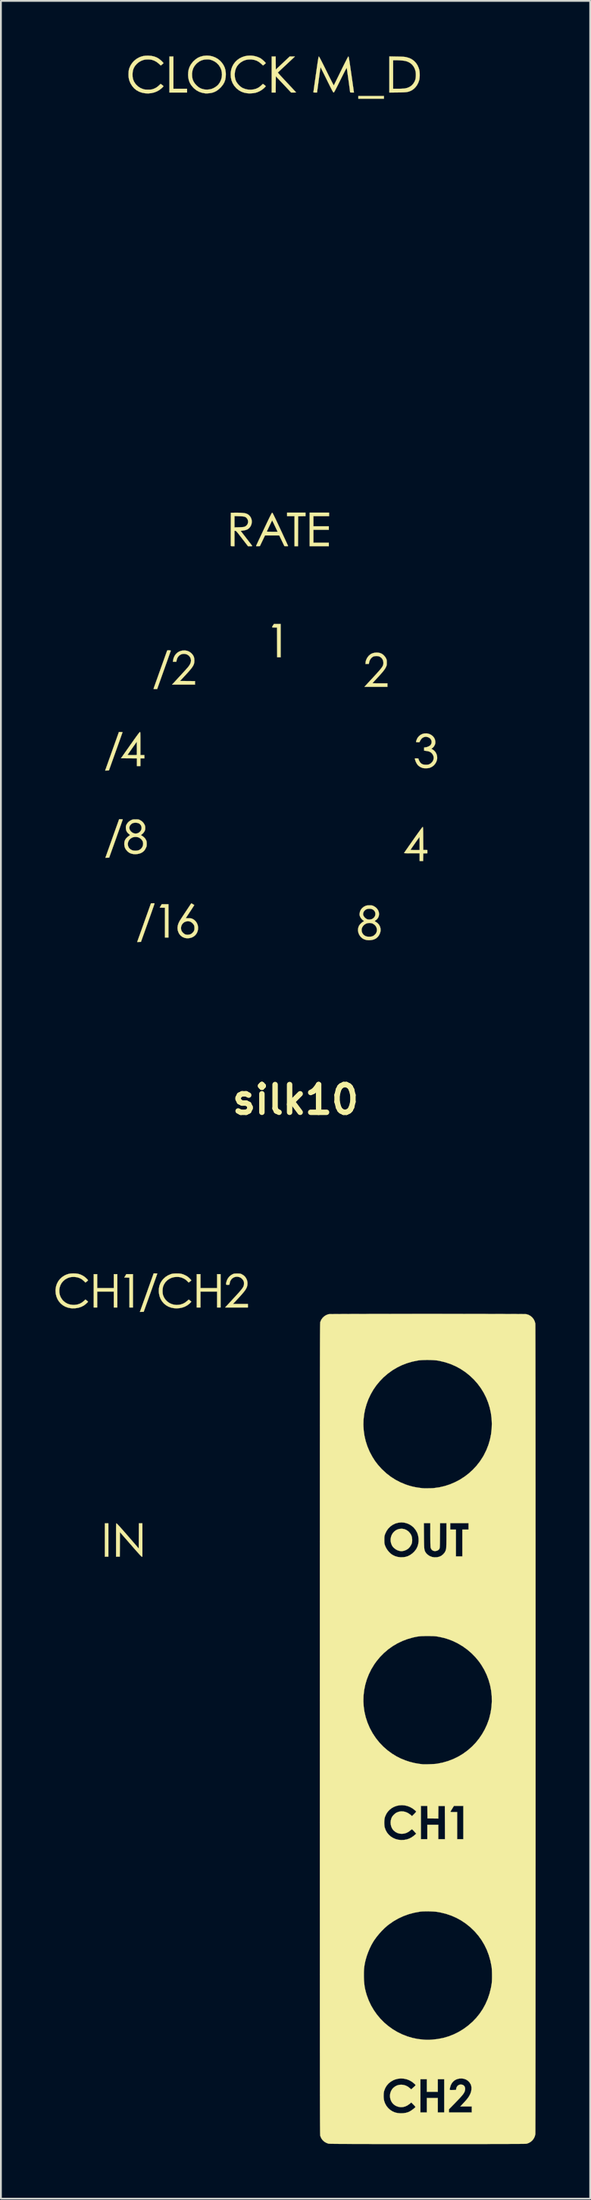
<source format=kicad_pcb>
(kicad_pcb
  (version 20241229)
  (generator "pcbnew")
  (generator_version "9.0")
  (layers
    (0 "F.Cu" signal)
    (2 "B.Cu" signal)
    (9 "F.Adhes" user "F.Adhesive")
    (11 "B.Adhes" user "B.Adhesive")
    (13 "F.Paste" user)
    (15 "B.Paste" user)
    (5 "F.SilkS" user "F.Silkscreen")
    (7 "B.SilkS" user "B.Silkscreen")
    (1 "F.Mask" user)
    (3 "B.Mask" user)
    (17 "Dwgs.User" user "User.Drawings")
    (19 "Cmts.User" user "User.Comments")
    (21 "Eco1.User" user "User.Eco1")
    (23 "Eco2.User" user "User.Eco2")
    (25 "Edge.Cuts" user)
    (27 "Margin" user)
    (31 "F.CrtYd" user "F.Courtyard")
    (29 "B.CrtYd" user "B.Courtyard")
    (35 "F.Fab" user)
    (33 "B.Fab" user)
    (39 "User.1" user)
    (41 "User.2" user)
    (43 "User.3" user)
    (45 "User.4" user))
  (footprint "silk10"
    (layer "F.Cu")
    (at 13.208 57.396)
    (property "Reference" "silk10" (at 0 0 0) (layer "F.SilkS") (effects (font (size 1.524 1.524) (thickness 0.3))))
    (attr through_hole)
    (fp_poly (pts (xy -10.297 25.113) (xy -10.488 25.113) (xy -10.488 23.283) (xy -10.297 23.283) (xy -10.297 25.113)) (stroke (width 0.01) (type solid)) (fill yes) (layer "F.SilkS"))
    (fp_poly (pts (xy 4.862 -55.02) (xy 3.455 -55.02) (xy 3.455 -55.17) (xy 4.862 -55.17) (xy 4.862 -55.02)) (stroke (width 0.01) (type solid)) (fill yes) (layer "F.SilkS"))
    (fp_poly (pts (xy -6.719 -55.566) (xy -5.968 -55.566) (xy -5.968 -55.361) (xy -6.937 -55.361) (xy -6.937 -57.341) (xy -6.719 -57.341) (xy -6.719 -55.566)) (stroke (width 0.01) (type solid)) (fill yes) (layer "F.SilkS"))
    (fp_poly (pts (xy -8.945 11.416) (xy -9.136 11.416) (xy -9.136 9.779) (xy -9.278 9.775) (xy -9.42 9.771) (xy -9.365 9.679) (xy -9.31 9.586) (xy -8.945 9.586) (xy -8.945 11.416)) (stroke (width 0.01) (type solid)) (fill yes) (layer "F.SilkS"))
    (fp_poly (pts (xy 0.546 -32.078) (xy 0.143 -32.071) (xy 0.14 -31.248) (xy 0.136 -30.425) (xy -0.055 -30.425) (xy -0.055 -32.078) (xy -0.464 -32.078) (xy -0.464 -32.269) (xy 0.546 -32.269) (xy 0.546 -32.078)) (stroke (width 0.01) (type solid)) (fill yes) (layer "F.SilkS"))
    (fp_poly (pts (xy -10.911 10.351) (xy -9.996 10.351) (xy -9.996 9.586) (xy -9.805 9.586) (xy -9.805 11.416) (xy -9.996 11.416) (xy -9.996 10.542) (xy -10.911 10.542) (xy -10.911 11.416) (xy -11.102 11.416) (xy -11.102 9.586) (xy -10.911 9.586) (xy -10.911 10.351)) (stroke (width 0.01) (type solid)) (fill yes) (layer "F.SilkS"))
    (fp_poly (pts (xy -5.23 10.351) (xy -4.315 10.351) (xy -4.315 9.586) (xy -4.124 9.586) (xy -4.124 11.416) (xy -4.315 11.416) (xy -4.315 10.542) (xy -5.23 10.542) (xy -5.23 11.416) (xy -5.435 11.416) (xy -5.435 9.586) (xy -5.23 9.586) (xy -5.23 10.351)) (stroke (width 0.01) (type solid)) (fill yes) (layer "F.SilkS"))
    (fp_poly (pts (xy 1.844 -32.078) (xy 0.983 -32.078) (xy 0.983 -31.518) (xy 1.83 -31.518) (xy 1.83 -31.327) (xy 0.983 -31.327) (xy 0.983 -30.617) (xy 1.83 -30.617) (xy 1.83 -30.425) (xy 0.778 -30.425) (xy 0.778 -32.269) (xy 1.844 -32.269) (xy 1.844 -32.078)) (stroke (width 0.01) (type solid)) (fill yes) (layer "F.SilkS"))
    (fp_poly (pts (xy -6.992 -8.917) (xy -7.183 -8.917) (xy -7.183 -10.556) (xy -7.326 -10.556) (xy -7.385 -10.557) (xy -7.432 -10.558) (xy -7.462 -10.561) (xy -7.47 -10.563) (xy -7.463 -10.577) (xy -7.445 -10.608) (xy -7.419 -10.65) (xy -7.414 -10.659) (xy -7.358 -10.747) (xy -6.992 -10.747) (xy -6.992 -8.917)) (stroke (width 0.01) (type solid)) (fill yes) (layer "F.SilkS"))
    (fp_poly (pts (xy -0.819 -24.321) (xy -1.01 -24.321) (xy -1.014 -25.137) (xy -1.017 -25.953) (xy -1.159 -25.957) (xy -1.225 -25.959) (xy -1.267 -25.963) (xy -1.287 -25.972) (xy -1.287 -25.992) (xy -1.269 -26.025) (xy -1.237 -26.075) (xy -1.236 -26.076) (xy -1.188 -26.151) (xy -0.819 -26.151) (xy -0.819 -24.321)) (stroke (width 0.01) (type solid)) (fill yes) (layer "F.SilkS"))
    (fp_poly (pts (xy -9.556 -15.416) (xy -9.521 -15.413) (xy -9.505 -15.408) (xy -9.505 -15.407) (xy -9.51 -15.393) (xy -9.523 -15.355) (xy -9.544 -15.295) (xy -9.572 -15.216) (xy -9.606 -15.118) (xy -9.647 -15.004) (xy -9.692 -14.877) (xy -9.742 -14.737) (xy -9.796 -14.587) (xy -9.852 -14.428) (xy -9.879 -14.352) (xy -10.253 -13.308) (xy -10.46 -13.3) (xy -10.405 -13.454) (xy -10.392 -13.493) (xy -10.369 -13.555) (xy -10.34 -13.638) (xy -10.304 -13.739) (xy -10.262 -13.855) (xy -10.216 -13.985) (xy -10.166 -14.125) (xy -10.113 -14.273) (xy -10.059 -14.426) (xy -10.028 -14.513) (xy -9.705 -15.418) (xy -9.605 -15.418) (xy -9.556 -15.416)) (stroke (width 0.01) (type solid)) (fill yes) (layer "F.SilkS"))
    (fp_poly (pts (xy -9.57 -20.209) (xy -9.534 -20.206) (xy -9.518 -20.201) (xy -9.518 -20.201) (xy -9.523 -20.186) (xy -9.536 -20.148) (xy -9.557 -20.089) (xy -9.585 -20.009) (xy -9.619 -19.911) (xy -9.66 -19.798) (xy -9.705 -19.67) (xy -9.755 -19.53) (xy -9.808 -19.38) (xy -9.865 -19.221) (xy -9.892 -19.146) (xy -10.266 -18.101) (xy -10.37 -18.097) (xy -10.474 -18.093) (xy -10.428 -18.22) (xy -10.416 -18.254) (xy -10.396 -18.311) (xy -10.368 -18.389) (xy -10.333 -18.486) (xy -10.293 -18.599) (xy -10.248 -18.725) (xy -10.198 -18.863) (xy -10.146 -19.01) (xy -10.091 -19.163) (xy -10.05 -19.279) (xy -9.717 -20.211) (xy -9.618 -20.211) (xy -9.57 -20.209)) (stroke (width 0.01) (type solid)) (fill yes) (layer "F.SilkS"))
    (fp_poly (pts (xy -7.769 -10.797) (xy -7.757 -10.788) (xy -7.757 -10.785) (xy -7.761 -10.77) (xy -7.774 -10.731) (xy -7.795 -10.67) (xy -7.823 -10.589) (xy -7.858 -10.491) (xy -7.898 -10.376) (xy -7.943 -10.248) (xy -7.993 -10.107) (xy -8.047 -9.956) (xy -8.104 -9.798) (xy -8.13 -9.723) (xy -8.504 -8.678) (xy -8.608 -8.674) (xy -8.712 -8.67) (xy -8.657 -8.825) (xy -8.643 -8.864) (xy -8.621 -8.926) (xy -8.591 -9.009) (xy -8.555 -9.109) (xy -8.514 -9.226) (xy -8.467 -9.355) (xy -8.417 -9.495) (xy -8.364 -9.643) (xy -8.31 -9.797) (xy -8.278 -9.887) (xy -7.953 -10.795) (xy -7.855 -10.799) (xy -7.801 -10.8) (xy -7.769 -10.797)) (stroke (width 0.01) (type solid)) (fill yes) (layer "F.SilkS"))
    (fp_poly (pts (xy -7.658 9.547) (xy -7.622 9.55) (xy -7.607 9.555) (xy -7.606 9.556) (xy -7.611 9.57) (xy -7.624 9.608) (xy -7.645 9.668) (xy -7.673 9.747) (xy -7.707 9.845) (xy -7.748 9.959) (xy -7.793 10.086) (xy -7.843 10.226) (xy -7.896 10.377) (xy -7.953 10.535) (xy -7.98 10.611) (xy -8.354 11.655) (xy -8.458 11.659) (xy -8.562 11.663) (xy -8.516 11.536) (xy -8.504 11.502) (xy -8.484 11.445) (xy -8.456 11.367) (xy -8.421 11.27) (xy -8.381 11.158) (xy -8.336 11.031) (xy -8.286 10.893) (xy -8.234 10.747) (xy -8.179 10.594) (xy -8.138 10.477) (xy -7.805 9.545) (xy -7.706 9.545) (xy -7.658 9.547)) (stroke (width 0.01) (type solid)) (fill yes) (layer "F.SilkS"))
    (fp_poly (pts (xy 5.98 23.598) (xy 6.093 23.644) (xy 6.197 23.715) (xy 6.225 23.74) (xy 6.309 23.835) (xy 6.369 23.938) (xy 6.404 24.051) (xy 6.416 24.177) (xy 6.415 24.234) (xy 6.41 24.302) (xy 6.402 24.354) (xy 6.387 24.402) (xy 6.363 24.456) (xy 6.361 24.461) (xy 6.295 24.57) (xy 6.21 24.662) (xy 6.109 24.733) (xy 5.996 24.781) (xy 5.918 24.799) (xy 5.87 24.807) (xy 5.836 24.81) (xy 5.803 24.809) (xy 5.762 24.804) (xy 5.724 24.798) (xy 5.628 24.77) (xy 5.531 24.722) (xy 5.442 24.659) (xy 5.365 24.585) (xy 5.308 24.504) (xy 5.304 24.496) (xy 5.256 24.375) (xy 5.233 24.254) (xy 5.233 24.134) (xy 5.255 24.018) (xy 5.296 23.91) (xy 5.357 23.812) (xy 5.435 23.727) (xy 5.528 23.658) (xy 5.637 23.609) (xy 5.736 23.585) (xy 5.86 23.578) (xy 5.98 23.598)) (stroke (width 0.01) (type solid)) (fill yes) (layer "F.SilkS"))
    (fp_poly (pts (xy -8.426 25.113) (xy -8.456 25.113) (xy -8.467 25.108) (xy -8.487 25.092) (xy -8.516 25.064) (xy -8.555 25.023) (xy -8.606 24.968) (xy -8.67 24.897) (xy -8.747 24.811) (xy -8.839 24.706) (xy -8.947 24.584) (xy -9.071 24.441) (xy -9.074 24.438) (xy -9.662 23.763) (xy -9.665 24.438) (xy -9.669 25.113) (xy -9.873 25.113) (xy -9.873 24.198) (xy -9.873 24.018) (xy -9.873 23.863) (xy -9.873 23.731) (xy -9.872 23.621) (xy -9.872 23.531) (xy -9.871 23.458) (xy -9.869 23.401) (xy -9.868 23.358) (xy -9.866 23.327) (xy -9.863 23.306) (xy -9.86 23.293) (xy -9.856 23.286) (xy -9.851 23.284) (xy -9.848 23.283) (xy -9.833 23.294) (xy -9.802 23.325) (xy -9.753 23.376) (xy -9.688 23.446) (xy -9.608 23.536) (xy -9.511 23.645) (xy -9.399 23.772) (xy -9.273 23.917) (xy -9.223 23.974) (xy -8.624 24.666) (xy -8.62 23.974) (xy -8.617 23.283) (xy -8.426 23.283) (xy -8.426 25.113)) (stroke (width 0.01) (type solid)) (fill yes) (layer "F.SilkS"))
    (fp_poly (pts (xy -6.99 -24.702) (xy -6.96 -24.701) (xy -6.908 -24.697) (xy -6.878 -24.692) (xy -6.866 -24.684) (xy -6.866 -24.676) (xy -6.871 -24.66) (xy -6.885 -24.621) (xy -6.906 -24.56) (xy -6.935 -24.478) (xy -6.97 -24.379) (xy -7.01 -24.265) (xy -7.056 -24.136) (xy -7.106 -23.995) (xy -7.16 -23.844) (xy -7.216 -23.685) (xy -7.242 -23.615) (xy -7.613 -22.573) (xy -7.714 -22.573) (xy -7.765 -22.574) (xy -7.795 -22.577) (xy -7.808 -22.583) (xy -7.808 -22.595) (xy -7.808 -22.597) (xy -7.802 -22.613) (xy -7.788 -22.654) (xy -7.767 -22.715) (xy -7.738 -22.797) (xy -7.703 -22.896) (xy -7.662 -23.011) (xy -7.616 -23.139) (xy -7.566 -23.279) (xy -7.513 -23.429) (xy -7.456 -23.586) (xy -7.443 -23.625) (xy -7.386 -23.784) (xy -7.331 -23.936) (xy -7.28 -24.08) (xy -7.232 -24.213) (xy -7.19 -24.332) (xy -7.152 -24.437) (xy -7.121 -24.525) (xy -7.097 -24.593) (xy -7.08 -24.64) (xy -7.071 -24.665) (xy -7.07 -24.667) (xy -7.062 -24.686) (xy -7.051 -24.697) (xy -7.029 -24.702) (xy -6.99 -24.702)) (stroke (width 0.01) (type solid)) (fill yes) (layer "F.SilkS"))
    (fp_poly (pts (xy -1.086 -56.622) (xy -0.703 -56.981) (xy -0.321 -57.341) (xy -0.178 -57.341) (xy -0.035 -57.341) (xy -0.082 -57.295) (xy -0.102 -57.276) (xy -0.14 -57.241) (xy -0.193 -57.191) (xy -0.259 -57.129) (xy -0.335 -57.058) (xy -0.419 -56.979) (xy -0.509 -56.895) (xy -0.549 -56.858) (xy -0.638 -56.775) (xy -0.722 -56.697) (xy -0.797 -56.626) (xy -0.861 -56.565) (xy -0.913 -56.516) (xy -0.95 -56.481) (xy -0.971 -56.461) (xy -0.974 -56.457) (xy -0.966 -56.446) (xy -0.941 -56.416) (xy -0.901 -56.37) (xy -0.847 -56.31) (xy -0.781 -56.238) (xy -0.704 -56.155) (xy -0.619 -56.063) (xy -0.527 -55.965) (xy -0.477 -55.911) (xy -0.381 -55.81) (xy -0.292 -55.714) (xy -0.21 -55.627) (xy -0.138 -55.549) (xy -0.076 -55.483) (xy -0.028 -55.43) (xy 0.007 -55.392) (xy 0.025 -55.372) (xy 0.027 -55.368) (xy 0.015 -55.365) (xy -0.02 -55.363) (xy -0.069 -55.361) (xy -0.108 -55.361) (xy -0.243 -55.361) (xy -0.664 -55.809) (xy -1.086 -56.257) (xy -1.089 -55.809) (xy -1.093 -55.361) (xy -1.311 -55.361) (xy -1.311 -57.341) (xy -1.093 -57.341) (xy -1.086 -56.622)) (stroke (width 0.01) (type solid)) (fill yes) (layer "F.SilkS"))
    (fp_poly (pts (xy -8.555 -20.21) (xy -8.55 -20.206) (xy -8.546 -20.197) (xy -8.543 -20.18) (xy -8.54 -20.153) (xy -8.538 -20.114) (xy -8.537 -20.061) (xy -8.536 -19.99) (xy -8.535 -19.9) (xy -8.535 -19.789) (xy -8.535 -19.654) (xy -8.535 -19.576) (xy -8.535 -18.941) (xy -8.316 -18.941) (xy -8.316 -18.763) (xy -8.535 -18.763) (xy -8.535 -18.34) (xy -8.726 -18.34) (xy -8.726 -18.763) (xy -9.164 -18.766) (xy -9.602 -18.77) (xy -9.473 -18.952) (xy -9.243 -18.952) (xy -9.231 -18.949) (xy -9.197 -18.945) (xy -9.143 -18.943) (xy -9.074 -18.941) (xy -8.995 -18.941) (xy -8.993 -18.941) (xy -8.898 -18.941) (xy -8.827 -18.943) (xy -8.778 -18.946) (xy -8.748 -18.95) (xy -8.734 -18.956) (xy -8.732 -18.958) (xy -8.731 -18.976) (xy -8.729 -19.017) (xy -8.729 -19.078) (xy -8.728 -19.155) (xy -8.729 -19.244) (xy -8.729 -19.328) (xy -8.733 -19.68) (xy -8.986 -19.322) (xy -9.047 -19.234) (xy -9.104 -19.154) (xy -9.153 -19.083) (xy -9.193 -19.025) (xy -9.223 -18.982) (xy -9.24 -18.957) (xy -9.243 -18.952) (xy -9.473 -18.952) (xy -9.095 -19.49) (xy -8.984 -19.647) (xy -8.889 -19.782) (xy -8.807 -19.896) (xy -8.738 -19.991) (xy -8.682 -20.067) (xy -8.637 -20.127) (xy -8.603 -20.169) (xy -8.58 -20.196) (xy -8.565 -20.209) (xy -8.561 -20.211) (xy -8.555 -20.21)) (stroke (width 0.01) (type solid)) (fill yes) (layer "F.SilkS"))
    (fp_poly (pts (xy -5.967 -24.676) (xy -5.856 -24.632) (xy -5.755 -24.563) (xy -5.705 -24.514) (xy -5.644 -24.439) (xy -5.602 -24.365) (xy -5.578 -24.283) (xy -5.567 -24.188) (xy -5.566 -24.144) (xy -5.568 -24.084) (xy -5.573 -24.028) (xy -5.584 -23.975) (xy -5.601 -23.922) (xy -5.627 -23.867) (xy -5.661 -23.808) (xy -5.707 -23.742) (xy -5.765 -23.668) (xy -5.836 -23.583) (xy -5.923 -23.485) (xy -6.026 -23.372) (xy -6.146 -23.242) (xy -6.356 -23.017) (xy -5.531 -23.01) (xy -5.531 -22.819) (xy -6.792 -22.819) (xy -6.751 -22.863) (xy -6.698 -22.919) (xy -6.635 -22.987) (xy -6.564 -23.064) (xy -6.486 -23.148) (xy -6.405 -23.237) (xy -6.322 -23.326) (xy -6.242 -23.415) (xy -6.165 -23.499) (xy -6.094 -23.576) (xy -6.032 -23.645) (xy -5.982 -23.701) (xy -5.945 -23.742) (xy -5.925 -23.765) (xy -5.849 -23.865) (xy -5.796 -23.956) (xy -5.764 -24.041) (xy -5.751 -24.125) (xy -5.753 -24.181) (xy -5.775 -24.272) (xy -5.818 -24.35) (xy -5.878 -24.415) (xy -5.951 -24.464) (xy -6.033 -24.496) (xy -6.121 -24.51) (xy -6.211 -24.505) (xy -6.298 -24.479) (xy -6.379 -24.43) (xy -6.406 -24.408) (xy -6.47 -24.335) (xy -6.514 -24.254) (xy -6.542 -24.156) (xy -6.543 -24.153) (xy -6.559 -24.075) (xy -6.745 -24.075) (xy -6.737 -24.14) (xy -6.708 -24.273) (xy -6.657 -24.391) (xy -6.587 -24.492) (xy -6.499 -24.575) (xy -6.395 -24.638) (xy -6.276 -24.678) (xy -6.219 -24.689) (xy -6.088 -24.695) (xy -5.967 -24.676)) (stroke (width 0.01) (type solid)) (fill yes) (layer "F.SilkS"))
    (fp_poly (pts (xy 5.568 -57.337) (xy 5.693 -57.335) (xy 5.794 -57.332) (xy 5.875 -57.329) (xy 5.941 -57.325) (xy 5.996 -57.32) (xy 6.042 -57.314) (xy 6.085 -57.306) (xy 6.101 -57.302) (xy 6.257 -57.256) (xy 6.397 -57.187) (xy 6.519 -57.098) (xy 6.623 -56.989) (xy 6.708 -56.861) (xy 6.774 -56.714) (xy 6.802 -56.623) (xy 6.82 -56.528) (xy 6.83 -56.416) (xy 6.832 -56.298) (xy 6.826 -56.183) (xy 6.812 -56.08) (xy 6.803 -56.04) (xy 6.754 -55.901) (xy 6.687 -55.772) (xy 6.604 -55.658) (xy 6.508 -55.561) (xy 6.401 -55.487) (xy 6.363 -55.466) (xy 6.309 -55.442) (xy 6.26 -55.422) (xy 6.21 -55.406) (xy 6.157 -55.394) (xy 6.096 -55.384) (xy 6.026 -55.377) (xy 5.941 -55.372) (xy 5.838 -55.368) (xy 5.714 -55.366) (xy 5.609 -55.364) (xy 5.162 -55.359) (xy 5.162 -55.566) (xy 5.367 -55.566) (xy 5.63 -55.566) (xy 5.735 -55.567) (xy 5.835 -55.571) (xy 5.925 -55.576) (xy 5.996 -55.582) (xy 6.018 -55.585) (xy 6.158 -55.618) (xy 6.282 -55.674) (xy 6.389 -55.75) (xy 6.478 -55.847) (xy 6.549 -55.962) (xy 6.59 -56.067) (xy 6.606 -56.136) (xy 6.616 -56.223) (xy 6.62 -56.318) (xy 6.618 -56.412) (xy 6.609 -56.496) (xy 6.604 -56.522) (xy 6.562 -56.661) (xy 6.498 -56.785) (xy 6.415 -56.891) (xy 6.313 -56.979) (xy 6.193 -57.046) (xy 6.071 -57.088) (xy 5.992 -57.104) (xy 5.893 -57.117) (xy 5.78 -57.127) (xy 5.658 -57.134) (xy 5.535 -57.136) (xy 5.534 -57.136) (xy 5.367 -57.136) (xy 5.367 -55.566) (xy 5.162 -55.566) (xy 5.162 -57.345) (xy 5.568 -57.337)) (stroke (width 0.01) (type solid)) (fill yes) (layer "F.SilkS"))
    (fp_poly (pts (xy 7.001 -14.992) (xy 7.005 -14.987) (xy 7.009 -14.974) (xy 7.012 -14.953) (xy 7.015 -14.92) (xy 7.017 -14.874) (xy 7.018 -14.812) (xy 7.02 -14.732) (xy 7.021 -14.631) (xy 7.022 -14.507) (xy 7.022 -14.363) (xy 7.026 -13.731) (xy 7.139 -13.727) (xy 7.251 -13.723) (xy 7.251 -13.548) (xy 7.139 -13.544) (xy 7.026 -13.54) (xy 7.022 -13.332) (xy 7.018 -13.123) (xy 6.828 -13.123) (xy 6.828 -13.547) (xy 6.397 -13.547) (xy 6.272 -13.547) (xy 6.167 -13.548) (xy 6.083 -13.55) (xy 6.021 -13.553) (xy 5.982 -13.556) (xy 5.97 -13.56) (xy 5.97 -13.56) (xy 5.978 -13.573) (xy 6.001 -13.606) (xy 6.037 -13.659) (xy 6.085 -13.727) (xy 6.094 -13.741) (xy 6.326 -13.741) (xy 6.33 -13.735) (xy 6.347 -13.73) (xy 6.382 -13.727) (xy 6.437 -13.725) (xy 6.514 -13.724) (xy 6.574 -13.724) (xy 6.828 -13.724) (xy 6.828 -14.089) (xy 6.828 -14.193) (xy 6.826 -14.283) (xy 6.824 -14.355) (xy 6.822 -14.406) (xy 6.819 -14.435) (xy 6.816 -14.44) (xy 6.804 -14.425) (xy 6.778 -14.39) (xy 6.743 -14.34) (xy 6.699 -14.279) (xy 6.649 -14.208) (xy 6.596 -14.133) (xy 6.542 -14.055) (xy 6.489 -13.979) (xy 6.44 -13.909) (xy 6.397 -13.846) (xy 6.362 -13.795) (xy 6.338 -13.759) (xy 6.327 -13.742) (xy 6.326 -13.741) (xy 6.094 -13.741) (xy 6.143 -13.811) (xy 6.209 -13.907) (xy 6.284 -14.013) (xy 6.365 -14.129) (xy 6.451 -14.252) (xy 6.473 -14.283) (xy 6.588 -14.447) (xy 6.69 -14.59) (xy 6.777 -14.711) (xy 6.85 -14.812) (xy 6.908 -14.89) (xy 6.952 -14.947) (xy 6.981 -14.981) (xy 6.995 -14.994) (xy 6.995 -14.994) (xy 7.001 -14.992)) (stroke (width 0.01) (type solid)) (fill yes) (layer "F.SilkS"))
    (fp_poly (pts (xy -3.137 9.553) (xy -3.085 9.554) (xy -3.047 9.559) (xy -3.015 9.567) (xy -2.982 9.58) (xy -2.947 9.597) (xy -2.847 9.661) (xy -2.765 9.743) (xy -2.703 9.84) (xy -2.661 9.949) (xy -2.643 10.066) (xy -2.65 10.183) (xy -2.661 10.239) (xy -2.677 10.294) (xy -2.701 10.349) (xy -2.733 10.408) (xy -2.775 10.472) (xy -2.828 10.544) (xy -2.895 10.625) (xy -2.976 10.719) (xy -3.074 10.828) (xy -3.19 10.953) (xy -3.192 10.955) (xy -3.444 11.225) (xy -2.622 11.225) (xy -2.622 11.416) (xy -3.869 11.416) (xy -3.842 11.386) (xy -3.827 11.369) (xy -3.795 11.334) (xy -3.75 11.285) (xy -3.692 11.223) (xy -3.625 11.15) (xy -3.551 11.07) (xy -3.474 10.986) (xy -3.349 10.851) (xy -3.241 10.734) (xy -3.15 10.633) (xy -3.073 10.546) (xy -3.01 10.472) (xy -2.96 10.409) (xy -2.92 10.355) (xy -2.889 10.308) (xy -2.867 10.266) (xy -2.852 10.228) (xy -2.843 10.192) (xy -2.837 10.155) (xy -2.835 10.117) (xy -2.835 10.101) (xy -2.836 10.044) (xy -2.843 10.001) (xy -2.858 9.962) (xy -2.876 9.928) (xy -2.936 9.847) (xy -3.009 9.787) (xy -3.092 9.748) (xy -3.181 9.729) (xy -3.272 9.729) (xy -3.361 9.75) (xy -3.443 9.791) (xy -3.515 9.852) (xy -3.573 9.932) (xy -3.578 9.942) (xy -3.597 9.987) (xy -3.614 10.043) (xy -3.623 10.082) (xy -3.64 10.167) (xy -3.725 10.171) (xy -3.776 10.171) (xy -3.806 10.164) (xy -3.82 10.145) (xy -3.821 10.108) (xy -3.812 10.05) (xy -3.811 10.047) (xy -3.775 9.924) (xy -3.717 9.813) (xy -3.639 9.716) (xy -3.545 9.637) (xy -3.472 9.596) (xy -3.432 9.578) (xy -3.399 9.565) (xy -3.365 9.558) (xy -3.324 9.554) (xy -3.269 9.553) (xy -3.209 9.552) (xy -3.137 9.553)) (stroke (width 0.01) (type solid)) (fill yes) (layer "F.SilkS"))
    (fp_poly (pts (xy -12.078 9.551) (xy -11.957 9.569) (xy -11.847 9.601) (xy -11.74 9.649) (xy -11.648 9.703) (xy -11.605 9.734) (xy -11.557 9.773) (xy -11.51 9.816) (xy -11.468 9.857) (xy -11.435 9.893) (xy -11.418 9.919) (xy -11.416 9.925) (xy -11.426 9.939) (xy -11.453 9.964) (xy -11.487 9.993) (xy -11.557 10.048) (xy -11.642 9.963) (xy -11.753 9.87) (xy -11.877 9.802) (xy -12.013 9.758) (xy -12.161 9.738) (xy -12.204 9.737) (xy -12.316 9.742) (xy -12.413 9.759) (xy -12.508 9.79) (xy -12.557 9.811) (xy -12.682 9.883) (xy -12.789 9.975) (xy -12.875 10.083) (xy -12.94 10.205) (xy -12.981 10.341) (xy -12.996 10.443) (xy -12.994 10.591) (xy -12.967 10.731) (xy -12.915 10.861) (xy -12.838 10.98) (xy -12.772 11.055) (xy -12.661 11.146) (xy -12.537 11.214) (xy -12.401 11.257) (xy -12.253 11.276) (xy -12.154 11.276) (xy -12.011 11.257) (xy -11.88 11.216) (xy -11.759 11.151) (xy -11.644 11.061) (xy -11.637 11.054) (xy -11.556 10.98) (xy -11.486 11.035) (xy -11.451 11.065) (xy -11.425 11.089) (xy -11.416 11.1) (xy -11.426 11.117) (xy -11.453 11.146) (xy -11.491 11.183) (xy -11.535 11.222) (xy -11.581 11.261) (xy -11.624 11.293) (xy -11.648 11.31) (xy -11.79 11.382) (xy -11.945 11.433) (xy -12.109 11.46) (xy -12.279 11.464) (xy -12.369 11.457) (xy -12.527 11.424) (xy -12.673 11.369) (xy -12.804 11.293) (xy -12.92 11.197) (xy -13.017 11.085) (xy -13.096 10.956) (xy -13.154 10.815) (xy -13.191 10.662) (xy -13.203 10.499) (xy -13.201 10.425) (xy -13.177 10.268) (xy -13.129 10.12) (xy -13.058 9.983) (xy -12.965 9.86) (xy -12.852 9.754) (xy -12.72 9.666) (xy -12.7 9.655) (xy -12.591 9.606) (xy -12.484 9.572) (xy -12.371 9.553) (xy -12.242 9.546) (xy -12.216 9.546) (xy -12.078 9.551)) (stroke (width 0.01) (type solid)) (fill yes) (layer "F.SilkS"))
    (fp_poly (pts (xy -6.359 9.555) (xy -6.268 9.571) (xy -6.18 9.598) (xy -6.088 9.638) (xy -6.065 9.649) (xy -5.984 9.693) (xy -5.918 9.738) (xy -5.852 9.796) (xy -5.836 9.811) (xy -5.794 9.854) (xy -5.761 9.89) (xy -5.74 9.915) (xy -5.735 9.924) (xy -5.746 9.939) (xy -5.772 9.964) (xy -5.808 9.993) (xy -5.88 10.047) (xy -5.967 9.959) (xy -6.042 9.892) (xy -6.123 9.84) (xy -6.165 9.819) (xy -6.258 9.779) (xy -6.344 9.754) (xy -6.434 9.74) (xy -6.536 9.737) (xy -6.682 9.749) (xy -6.818 9.786) (xy -6.944 9.845) (xy -7.057 9.924) (xy -7.153 10.022) (xy -7.23 10.137) (xy -7.281 10.252) (xy -7.3 10.328) (xy -7.311 10.42) (xy -7.315 10.518) (xy -7.311 10.615) (xy -7.299 10.7) (xy -7.287 10.747) (xy -7.229 10.878) (xy -7.151 10.992) (xy -7.054 11.09) (xy -6.943 11.169) (xy -6.819 11.228) (xy -6.686 11.265) (xy -6.546 11.28) (xy -6.401 11.27) (xy -6.317 11.253) (xy -6.193 11.211) (xy -6.081 11.151) (xy -5.974 11.069) (xy -5.966 11.062) (xy -5.877 10.982) (xy -5.806 11.036) (xy -5.77 11.065) (xy -5.744 11.089) (xy -5.735 11.101) (xy -5.745 11.115) (xy -5.77 11.142) (xy -5.806 11.179) (xy -5.828 11.2) (xy -5.947 11.294) (xy -6.083 11.369) (xy -6.233 11.423) (xy -6.391 11.456) (xy -6.556 11.465) (xy -6.685 11.457) (xy -6.847 11.424) (xy -6.994 11.369) (xy -7.127 11.292) (xy -7.244 11.196) (xy -7.342 11.081) (xy -7.42 10.951) (xy -7.478 10.806) (xy -7.512 10.649) (xy -7.521 10.555) (xy -7.518 10.388) (xy -7.491 10.234) (xy -7.439 10.091) (xy -7.363 9.96) (xy -7.278 9.855) (xy -7.156 9.743) (xy -7.02 9.655) (xy -6.876 9.592) (xy -6.824 9.575) (xy -6.776 9.564) (xy -6.724 9.557) (xy -6.66 9.552) (xy -6.582 9.549) (xy -6.461 9.548) (xy -6.359 9.555)) (stroke (width 0.01) (type solid)) (fill yes) (layer "F.SilkS"))
    (fp_poly (pts (xy -1.28 -32.264) (xy -1.271 -32.254) (xy -1.258 -32.235) (xy -1.241 -32.206) (xy -1.219 -32.164) (xy -1.191 -32.109) (xy -1.157 -32.038) (xy -1.114 -31.951) (xy -1.064 -31.846) (xy -1.005 -31.721) (xy -0.936 -31.574) (xy -0.857 -31.405) (xy -0.835 -31.358) (xy -0.766 -31.21) (xy -0.701 -31.069) (xy -0.64 -30.937) (xy -0.584 -30.817) (xy -0.534 -30.709) (xy -0.491 -30.616) (xy -0.457 -30.541) (xy -0.431 -30.484) (xy -0.415 -30.448) (xy -0.41 -30.435) (xy -0.422 -30.43) (xy -0.455 -30.428) (xy -0.502 -30.428) (xy -0.512 -30.428) (xy -0.614 -30.432) (xy -0.755 -30.726) (xy -0.896 -31.019) (xy -1.68 -31.019) (xy -1.82 -30.726) (xy -1.961 -30.432) (xy -2.067 -30.428) (xy -2.12 -30.427) (xy -2.151 -30.428) (xy -2.165 -30.433) (xy -2.167 -30.443) (xy -2.166 -30.449) (xy -2.159 -30.465) (xy -2.141 -30.504) (xy -2.113 -30.563) (xy -2.077 -30.641) (xy -2.033 -30.736) (xy -1.981 -30.845) (xy -1.924 -30.967) (xy -1.862 -31.1) (xy -1.798 -31.234) (xy -1.58 -31.234) (xy -1.577 -31.229) (xy -1.56 -31.224) (xy -1.526 -31.221) (xy -1.474 -31.219) (xy -1.4 -31.218) (xy -1.302 -31.217) (xy -1.286 -31.217) (xy -0.985 -31.217) (xy -1.044 -31.344) (xy -1.111 -31.486) (xy -1.167 -31.604) (xy -1.213 -31.7) (xy -1.248 -31.771) (xy -1.273 -31.819) (xy -1.286 -31.842) (xy -1.289 -31.844) (xy -1.296 -31.831) (xy -1.312 -31.798) (xy -1.336 -31.748) (xy -1.366 -31.685) (xy -1.4 -31.615) (xy -1.436 -31.54) (xy -1.472 -31.465) (xy -1.505 -31.394) (xy -1.535 -31.331) (xy -1.559 -31.281) (xy -1.575 -31.246) (xy -1.58 -31.234) (xy -1.798 -31.234) (xy -1.795 -31.241) (xy -1.735 -31.368) (xy -1.649 -31.549) (xy -1.575 -31.706) (xy -1.51 -31.841) (xy -1.455 -31.955) (xy -1.409 -32.049) (xy -1.371 -32.124) (xy -1.341 -32.182) (xy -1.317 -32.224) (xy -1.301 -32.251) (xy -1.29 -32.264) (xy -1.287 -32.266) (xy -1.28 -32.264)) (stroke (width 0.01) (type solid)) (fill yes) (layer "F.SilkS"))
    (fp_poly (pts (xy 4.596 -24.566) (xy 4.688 -24.54) (xy 4.772 -24.496) (xy 4.852 -24.431) (xy 4.922 -24.352) (xy 4.974 -24.269) (xy 4.994 -24.227) (xy 5.007 -24.193) (xy 5.014 -24.157) (xy 5.018 -24.113) (xy 5.019 -24.053) (xy 5.019 -24.028) (xy 5.018 -23.96) (xy 5.016 -23.912) (xy 5.01 -23.874) (xy 4.998 -23.838) (xy 4.98 -23.797) (xy 4.97 -23.775) (xy 4.943 -23.724) (xy 4.909 -23.669) (xy 4.866 -23.609) (xy 4.813 -23.541) (xy 4.747 -23.462) (xy 4.667 -23.371) (xy 4.57 -23.264) (xy 4.482 -23.17) (xy 4.416 -23.098) (xy 4.357 -23.034) (xy 4.306 -22.979) (xy 4.267 -22.935) (xy 4.242 -22.907) (xy 4.233 -22.895) (xy 4.246 -22.893) (xy 4.284 -22.891) (xy 4.341 -22.89) (xy 4.416 -22.889) (xy 4.505 -22.888) (xy 4.605 -22.887) (xy 4.643 -22.887) (xy 5.053 -22.887) (xy 5.053 -22.696) (xy 3.792 -22.696) (xy 3.82 -22.727) (xy 3.835 -22.743) (xy 3.867 -22.778) (xy 3.912 -22.827) (xy 3.97 -22.89) (xy 4.039 -22.964) (xy 4.114 -23.046) (xy 4.196 -23.134) (xy 4.227 -23.167) (xy 4.349 -23.3) (xy 4.454 -23.414) (xy 4.542 -23.513) (xy 4.616 -23.597) (xy 4.676 -23.669) (xy 4.725 -23.731) (xy 4.762 -23.784) (xy 4.79 -23.831) (xy 4.81 -23.873) (xy 4.823 -23.913) (xy 4.83 -23.951) (xy 4.833 -23.99) (xy 4.834 -24.025) (xy 4.821 -24.123) (xy 4.784 -24.211) (xy 4.724 -24.287) (xy 4.643 -24.346) (xy 4.605 -24.365) (xy 4.547 -24.381) (xy 4.473 -24.388) (xy 4.395 -24.386) (xy 4.323 -24.375) (xy 4.272 -24.357) (xy 4.196 -24.306) (xy 4.131 -24.234) (xy 4.081 -24.148) (xy 4.049 -24.052) (xy 4.044 -24.024) (xy 4.035 -23.959) (xy 3.851 -23.951) (xy 3.851 -24.003) (xy 3.864 -24.107) (xy 3.9 -24.211) (xy 3.956 -24.312) (xy 4.027 -24.402) (xy 4.112 -24.476) (xy 4.152 -24.503) (xy 4.25 -24.546) (xy 4.362 -24.571) (xy 4.48 -24.578) (xy 4.596 -24.566)) (stroke (width 0.01) (type solid)) (fill yes) (layer "F.SilkS"))
    (fp_poly (pts (xy -2.362 -57.383) (xy -2.236 -57.36) (xy -2.109 -57.324) (xy -1.993 -57.277) (xy -1.929 -57.244) (xy -1.891 -57.218) (xy -1.845 -57.183) (xy -1.795 -57.14) (xy -1.745 -57.095) (xy -1.7 -57.052) (xy -1.665 -57.015) (xy -1.643 -56.988) (xy -1.639 -56.977) (xy -1.649 -56.962) (xy -1.676 -56.936) (xy -1.713 -56.906) (xy -1.715 -56.905) (xy -1.79 -56.848) (xy -1.891 -56.943) (xy -2.007 -57.037) (xy -2.131 -57.107) (xy -2.266 -57.153) (xy -2.414 -57.176) (xy -2.493 -57.179) (xy -2.625 -57.172) (xy -2.741 -57.15) (xy -2.852 -57.11) (xy -2.888 -57.093) (xy -3.019 -57.014) (xy -3.129 -56.918) (xy -3.218 -56.806) (xy -3.283 -56.679) (xy -3.326 -56.539) (xy -3.345 -56.386) (xy -3.346 -56.344) (xy -3.337 -56.201) (xy -3.309 -56.074) (xy -3.26 -55.959) (xy -3.187 -55.851) (xy -3.108 -55.762) (xy -3.043 -55.701) (xy -2.987 -55.656) (xy -2.93 -55.621) (xy -2.895 -55.603) (xy -2.756 -55.551) (xy -2.61 -55.521) (xy -2.46 -55.515) (xy -2.312 -55.53) (xy -2.171 -55.568) (xy -2.05 -55.624) (xy -2.004 -55.654) (xy -1.95 -55.695) (xy -1.897 -55.741) (xy -1.886 -55.751) (xy -1.795 -55.836) (xy -1.717 -55.78) (xy -1.679 -55.749) (xy -1.651 -55.724) (xy -1.639 -55.708) (xy -1.639 -55.707) (xy -1.648 -55.692) (xy -1.674 -55.663) (xy -1.711 -55.625) (xy -1.743 -55.594) (xy -1.843 -55.514) (xy -1.958 -55.443) (xy -2.081 -55.386) (xy -2.201 -55.347) (xy -2.219 -55.343) (xy -2.327 -55.325) (xy -2.448 -55.315) (xy -2.567 -55.314) (xy -2.663 -55.321) (xy -2.828 -55.353) (xy -2.979 -55.407) (xy -3.116 -55.484) (xy -3.242 -55.585) (xy -3.265 -55.607) (xy -3.374 -55.733) (xy -3.459 -55.872) (xy -3.52 -56.022) (xy -3.556 -56.185) (xy -3.567 -56.359) (xy -3.562 -56.476) (xy -3.535 -56.634) (xy -3.484 -56.781) (xy -3.412 -56.916) (xy -3.32 -57.038) (xy -3.211 -57.144) (xy -3.086 -57.233) (xy -2.947 -57.304) (xy -2.797 -57.355) (xy -2.637 -57.384) (xy -2.47 -57.391) (xy -2.362 -57.383)) (stroke (width 0.01) (type solid)) (fill yes) (layer "F.SilkS"))
    (fp_poly (pts (xy -4.726 -57.381) (xy -4.568 -57.347) (xy -4.417 -57.289) (xy -4.278 -57.21) (xy -4.152 -57.11) (xy -4.055 -57.004) (xy -3.966 -56.876) (xy -3.901 -56.744) (xy -3.859 -56.603) (xy -3.838 -56.449) (xy -3.835 -56.351) (xy -3.844 -56.19) (xy -3.872 -56.046) (xy -3.921 -55.914) (xy -3.992 -55.791) (xy -4.088 -55.671) (xy -4.137 -55.62) (xy -4.249 -55.519) (xy -4.36 -55.442) (xy -4.477 -55.385) (xy -4.591 -55.348) (xy -4.663 -55.334) (xy -4.746 -55.322) (xy -4.832 -55.315) (xy -4.911 -55.312) (xy -4.971 -55.315) (xy -5.144 -55.347) (xy -5.302 -55.402) (xy -5.446 -55.48) (xy -5.576 -55.581) (xy -5.648 -55.653) (xy -5.746 -55.774) (xy -5.82 -55.901) (xy -5.87 -56.036) (xy -5.9 -56.184) (xy -5.909 -56.297) (xy -5.908 -56.344) (xy -5.695 -56.344) (xy -5.685 -56.2) (xy -5.656 -56.071) (xy -5.604 -55.954) (xy -5.53 -55.844) (xy -5.462 -55.769) (xy -5.384 -55.696) (xy -5.311 -55.64) (xy -5.236 -55.598) (xy -5.155 -55.565) (xy -5.011 -55.528) (xy -4.863 -55.519) (xy -4.712 -55.535) (xy -4.613 -55.561) (xy -4.512 -55.602) (xy -4.411 -55.66) (xy -4.318 -55.729) (xy -4.244 -55.802) (xy -4.239 -55.809) (xy -4.156 -55.93) (xy -4.097 -56.061) (xy -4.06 -56.198) (xy -4.047 -56.338) (xy -4.056 -56.478) (xy -4.087 -56.614) (xy -4.142 -56.742) (xy -4.218 -56.86) (xy -4.26 -56.908) (xy -4.357 -57) (xy -4.459 -57.071) (xy -4.573 -57.126) (xy -4.615 -57.141) (xy -4.678 -57.162) (xy -4.732 -57.174) (xy -4.789 -57.18) (xy -4.859 -57.182) (xy -4.868 -57.182) (xy -5.018 -57.171) (xy -5.156 -57.135) (xy -5.284 -57.074) (xy -5.403 -56.988) (xy -5.457 -56.938) (xy -5.552 -56.826) (xy -5.623 -56.703) (xy -5.669 -56.569) (xy -5.692 -56.421) (xy -5.695 -56.344) (xy -5.908 -56.344) (xy -5.905 -56.468) (xy -5.879 -56.626) (xy -5.829 -56.771) (xy -5.756 -56.907) (xy -5.656 -57.035) (xy -5.606 -57.089) (xy -5.491 -57.19) (xy -5.374 -57.269) (xy -5.248 -57.326) (xy -5.106 -57.366) (xy -5.052 -57.376) (xy -4.888 -57.391) (xy -4.726 -57.381)) (stroke (width 0.01) (type solid)) (fill yes) (layer "F.SilkS"))
    (fp_poly (pts (xy -5.723 -10.789) (xy -5.693 -10.775) (xy -5.655 -10.753) (xy -5.615 -10.728) (xy -5.581 -10.704) (xy -5.573 -10.698) (xy -5.579 -10.686) (xy -5.599 -10.654) (xy -5.63 -10.605) (xy -5.671 -10.541) (xy -5.72 -10.466) (xy -5.775 -10.382) (xy -5.806 -10.335) (xy -6.044 -9.976) (xy -5.893 -9.976) (xy -5.824 -9.975) (xy -5.773 -9.972) (xy -5.735 -9.966) (xy -5.7 -9.955) (xy -5.665 -9.939) (xy -5.567 -9.879) (xy -5.486 -9.8) (xy -5.424 -9.704) (xy -5.381 -9.597) (xy -5.361 -9.482) (xy -5.365 -9.363) (xy -5.366 -9.357) (xy -5.396 -9.236) (xy -5.449 -9.129) (xy -5.521 -9.039) (xy -5.611 -8.967) (xy -5.717 -8.914) (xy -5.836 -8.884) (xy -5.938 -8.877) (xy -6.014 -8.881) (xy -6.083 -8.893) (xy -6.111 -8.901) (xy -6.223 -8.95) (xy -6.313 -9.016) (xy -6.386 -9.099) (xy -6.439 -9.194) (xy -6.479 -9.313) (xy -6.493 -9.438) (xy -6.489 -9.47) (xy -6.301 -9.47) (xy -6.298 -9.376) (xy -6.277 -9.297) (xy -6.249 -9.245) (xy -6.204 -9.191) (xy -6.151 -9.141) (xy -6.097 -9.102) (xy -6.061 -9.085) (xy -5.985 -9.07) (xy -5.9 -9.07) (xy -5.818 -9.083) (xy -5.769 -9.1) (xy -5.707 -9.139) (xy -5.649 -9.192) (xy -5.602 -9.252) (xy -5.574 -9.311) (xy -5.561 -9.377) (xy -5.559 -9.453) (xy -5.565 -9.526) (xy -5.581 -9.586) (xy -5.584 -9.593) (xy -5.616 -9.644) (xy -5.663 -9.697) (xy -5.718 -9.746) (xy -5.773 -9.781) (xy -5.798 -9.792) (xy -5.842 -9.803) (xy -5.899 -9.809) (xy -5.933 -9.811) (xy -6.028 -9.798) (xy -6.113 -9.763) (xy -6.185 -9.709) (xy -6.242 -9.64) (xy -6.281 -9.559) (xy -6.301 -9.47) (xy -6.489 -9.47) (xy -6.48 -9.565) (xy -6.44 -9.696) (xy -6.381 -9.817) (xy -6.367 -9.839) (xy -6.341 -9.881) (xy -6.303 -9.938) (xy -6.258 -10.008) (xy -6.205 -10.088) (xy -6.148 -10.175) (xy -6.088 -10.266) (xy -6.026 -10.359) (xy -5.966 -10.449) (xy -5.909 -10.535) (xy -5.857 -10.614) (xy -5.812 -10.681) (xy -5.776 -10.735) (xy -5.75 -10.773) (xy -5.737 -10.791) (xy -5.737 -10.791) (xy -5.723 -10.789)) (stroke (width 0.01) (type solid)) (fill yes) (layer "F.SilkS"))
    (fp_poly (pts (xy -3.039 -32.262) (xy -2.917 -32.254) (xy -2.814 -32.242) (xy -2.735 -32.225) (xy -2.703 -32.215) (xy -2.648 -32.189) (xy -2.593 -32.155) (xy -2.569 -32.137) (xy -2.497 -32.059) (xy -2.446 -31.97) (xy -2.416 -31.874) (xy -2.406 -31.774) (xy -2.416 -31.674) (xy -2.445 -31.578) (xy -2.492 -31.491) (xy -2.556 -31.415) (xy -2.638 -31.355) (xy -2.697 -31.328) (xy -2.746 -31.313) (xy -2.81 -31.298) (xy -2.878 -31.287) (xy -2.895 -31.284) (xy -3.018 -31.268) (xy -2.981 -31.219) (xy -2.964 -31.196) (xy -2.932 -31.155) (xy -2.888 -31.098) (xy -2.835 -31.029) (xy -2.774 -30.95) (xy -2.708 -30.864) (xy -2.67 -30.815) (xy -2.603 -30.729) (xy -2.542 -30.649) (xy -2.488 -30.579) (xy -2.443 -30.52) (xy -2.41 -30.476) (xy -2.39 -30.449) (xy -2.385 -30.442) (xy -2.386 -30.434) (xy -2.404 -30.429) (xy -2.443 -30.426) (xy -2.495 -30.426) (xy -2.615 -30.427) (xy -2.941 -30.849) (xy -3.024 -30.956) (xy -3.091 -31.043) (xy -3.146 -31.113) (xy -3.189 -31.167) (xy -3.223 -31.207) (xy -3.249 -31.235) (xy -3.268 -31.254) (xy -3.284 -31.265) (xy -3.296 -31.27) (xy -3.309 -31.272) (xy -3.313 -31.272) (xy -3.359 -31.272) (xy -3.359 -30.425) (xy -3.455 -30.425) (xy -3.516 -30.428) (xy -3.55 -30.435) (xy -3.558 -30.442) (xy -3.559 -30.459) (xy -3.56 -30.5) (xy -3.561 -30.564) (xy -3.561 -30.648) (xy -3.562 -30.751) (xy -3.562 -30.869) (xy -3.562 -31.001) (xy -3.562 -31.143) (xy -3.561 -31.295) (xy -3.561 -31.361) (xy -3.561 -31.46) (xy -3.359 -31.46) (xy -3.11 -31.466) (xy -3.01 -31.47) (xy -2.932 -31.474) (xy -2.874 -31.479) (xy -2.831 -31.487) (xy -2.8 -31.496) (xy -2.724 -31.537) (xy -2.667 -31.595) (xy -2.628 -31.665) (xy -2.61 -31.741) (xy -2.612 -31.82) (xy -2.636 -31.897) (xy -2.682 -31.966) (xy -2.708 -31.992) (xy -2.738 -32.015) (xy -2.77 -32.034) (xy -2.808 -32.047) (xy -2.856 -32.057) (xy -2.918 -32.064) (xy -2.999 -32.07) (xy -3.103 -32.074) (xy -3.11 -32.074) (xy -3.359 -32.082) (xy -3.359 -31.46) (xy -3.561 -31.46) (xy -3.557 -32.262) (xy -3.332 -32.266) (xy -3.178 -32.266) (xy -3.039 -32.262)) (stroke (width 0.01) (type solid)) (fill yes) (layer "F.SilkS"))
    (fp_poly (pts (xy -7.939 -57.375) (xy -7.784 -57.343) (xy -7.642 -57.29) (xy -7.512 -57.214) (xy -7.391 -57.115) (xy -7.378 -57.102) (xy -7.333 -57.058) (xy -7.297 -57.019) (xy -7.273 -56.991) (xy -7.265 -56.978) (xy -7.275 -56.962) (xy -7.302 -56.936) (xy -7.339 -56.905) (xy -7.34 -56.904) (xy -7.415 -56.846) (xy -7.516 -56.942) (xy -7.636 -57.038) (xy -7.769 -57.111) (xy -7.9 -57.157) (xy -7.977 -57.171) (xy -8.071 -57.177) (xy -8.17 -57.178) (xy -8.264 -57.171) (xy -8.342 -57.157) (xy -8.345 -57.157) (xy -8.483 -57.107) (xy -8.612 -57.035) (xy -8.726 -56.942) (xy -8.823 -56.832) (xy -8.848 -56.795) (xy -8.902 -56.697) (xy -8.939 -56.595) (xy -8.96 -56.481) (xy -8.968 -56.385) (xy -8.965 -56.234) (xy -8.939 -56.096) (xy -8.89 -55.971) (xy -8.818 -55.856) (xy -8.765 -55.792) (xy -8.655 -55.689) (xy -8.535 -55.611) (xy -8.407 -55.557) (xy -8.358 -55.541) (xy -8.314 -55.531) (xy -8.269 -55.524) (xy -8.215 -55.521) (xy -8.143 -55.52) (xy -8.112 -55.52) (xy -8.033 -55.52) (xy -7.974 -55.523) (xy -7.928 -55.528) (xy -7.888 -55.536) (xy -7.846 -55.549) (xy -7.828 -55.555) (xy -7.734 -55.593) (xy -7.654 -55.637) (xy -7.578 -55.692) (xy -7.513 -55.75) (xy -7.421 -55.836) (xy -7.344 -55.78) (xy -7.305 -55.75) (xy -7.277 -55.724) (xy -7.265 -55.708) (xy -7.265 -55.708) (xy -7.275 -55.692) (xy -7.3 -55.663) (xy -7.336 -55.625) (xy -7.364 -55.598) (xy -7.485 -55.502) (xy -7.622 -55.424) (xy -7.773 -55.365) (xy -7.933 -55.328) (xy -8.099 -55.311) (xy -8.265 -55.318) (xy -8.277 -55.32) (xy -8.45 -55.353) (xy -8.607 -55.409) (xy -8.747 -55.485) (xy -8.871 -55.584) (xy -8.977 -55.704) (xy -9.067 -55.845) (xy -9.088 -55.887) (xy -9.134 -55.994) (xy -9.165 -56.099) (xy -9.183 -56.209) (xy -9.189 -56.333) (xy -9.187 -56.411) (xy -9.183 -56.493) (xy -9.177 -56.557) (xy -9.167 -56.612) (xy -9.153 -56.666) (xy -9.143 -56.697) (xy -9.079 -56.844) (xy -8.992 -56.979) (xy -8.884 -57.099) (xy -8.759 -57.202) (xy -8.619 -57.284) (xy -8.603 -57.291) (xy -8.488 -57.337) (xy -8.373 -57.367) (xy -8.249 -57.383) (xy -8.112 -57.387) (xy -7.939 -57.375)) (stroke (width 0.01) (type solid)) (fill yes) (layer "F.SilkS"))
    (fp_poly (pts (xy 7.252 -20.131) (xy 7.369 -20.099) (xy 7.471 -20.047) (xy 7.556 -19.979) (xy 7.622 -19.897) (xy 7.667 -19.802) (xy 7.688 -19.697) (xy 7.69 -19.663) (xy 7.688 -19.604) (xy 7.68 -19.558) (xy 7.663 -19.512) (xy 7.645 -19.474) (xy 7.6 -19.401) (xy 7.548 -19.347) (xy 7.535 -19.338) (xy 7.472 -19.29) (xy 7.536 -19.254) (xy 7.627 -19.187) (xy 7.7 -19.102) (xy 7.753 -19.003) (xy 7.785 -18.895) (xy 7.793 -18.783) (xy 7.786 -18.714) (xy 7.75 -18.589) (xy 7.691 -18.479) (xy 7.613 -18.384) (xy 7.516 -18.308) (xy 7.402 -18.253) (xy 7.373 -18.243) (xy 7.296 -18.226) (xy 7.206 -18.218) (xy 7.114 -18.218) (xy 7.029 -18.227) (xy 6.971 -18.242) (xy 6.861 -18.29) (xy 6.769 -18.354) (xy 6.726 -18.395) (xy 6.686 -18.449) (xy 6.646 -18.517) (xy 6.611 -18.591) (xy 6.585 -18.661) (xy 6.574 -18.705) (xy 6.565 -18.763) (xy 6.662 -18.763) (xy 6.71 -18.762) (xy 6.745 -18.757) (xy 6.76 -18.751) (xy 6.76 -18.75) (xy 6.767 -18.716) (xy 6.785 -18.668) (xy 6.811 -18.615) (xy 6.839 -18.566) (xy 6.866 -18.529) (xy 6.866 -18.528) (xy 6.921 -18.477) (xy 6.98 -18.442) (xy 7.05 -18.421) (xy 7.139 -18.411) (xy 7.144 -18.411) (xy 7.243 -18.412) (xy 7.324 -18.426) (xy 7.395 -18.457) (xy 7.462 -18.506) (xy 7.468 -18.512) (xy 7.537 -18.589) (xy 7.581 -18.675) (xy 7.601 -18.765) (xy 7.596 -18.855) (xy 7.566 -18.944) (xy 7.511 -19.026) (xy 7.509 -19.028) (xy 7.46 -19.077) (xy 7.405 -19.114) (xy 7.34 -19.142) (xy 7.258 -19.163) (xy 7.156 -19.179) (xy 7.145 -19.18) (xy 7.074 -19.189) (xy 7.074 -19.361) (xy 7.153 -19.37) (xy 7.227 -19.385) (xy 7.301 -19.412) (xy 7.368 -19.447) (xy 7.419 -19.487) (xy 7.433 -19.503) (xy 7.473 -19.576) (xy 7.488 -19.652) (xy 7.48 -19.728) (xy 7.451 -19.798) (xy 7.402 -19.86) (xy 7.334 -19.907) (xy 7.277 -19.93) (xy 7.213 -19.946) (xy 7.16 -19.95) (xy 7.105 -19.942) (xy 7.065 -19.931) (xy 6.987 -19.894) (xy 6.919 -19.831) (xy 6.861 -19.743) (xy 6.855 -19.732) (xy 6.814 -19.651) (xy 6.726 -19.651) (xy 6.68 -19.653) (xy 6.645 -19.657) (xy 6.631 -19.663) (xy 6.631 -19.684) (xy 6.64 -19.723) (xy 6.658 -19.772) (xy 6.68 -19.824) (xy 6.705 -19.874) (xy 6.72 -19.899) (xy 6.793 -19.988) (xy 6.883 -20.058) (xy 6.985 -20.107) (xy 7.096 -20.134) (xy 7.211 -20.136) (xy 7.252 -20.131)) (stroke (width 0.01) (type solid)) (fill yes) (layer "F.SilkS"))
    (fp_poly (pts (xy 4.136 -10.685) (xy 4.184 -10.682) (xy 4.221 -10.676) (xy 4.255 -10.664) (xy 4.297 -10.645) (xy 4.304 -10.641) (xy 4.407 -10.577) (xy 4.488 -10.497) (xy 4.55 -10.398) (xy 4.552 -10.393) (xy 4.585 -10.294) (xy 4.594 -10.192) (xy 4.579 -10.094) (xy 4.541 -10.003) (xy 4.483 -9.924) (xy 4.404 -9.86) (xy 4.403 -9.859) (xy 4.374 -9.839) (xy 4.357 -9.824) (xy 4.356 -9.821) (xy 4.367 -9.809) (xy 4.395 -9.79) (xy 4.413 -9.779) (xy 4.511 -9.71) (xy 4.587 -9.625) (xy 4.642 -9.528) (xy 4.673 -9.422) (xy 4.679 -9.309) (xy 4.671 -9.242) (xy 4.636 -9.129) (xy 4.581 -9.025) (xy 4.508 -8.935) (xy 4.422 -8.865) (xy 4.38 -8.841) (xy 4.278 -8.801) (xy 4.161 -8.777) (xy 4.038 -8.769) (xy 3.918 -8.778) (xy 3.878 -8.786) (xy 3.76 -8.824) (xy 3.658 -8.885) (xy 3.571 -8.969) (xy 3.501 -9.074) (xy 3.5 -9.076) (xy 3.458 -9.181) (xy 3.438 -9.292) (xy 3.439 -9.332) (xy 3.633 -9.332) (xy 3.645 -9.233) (xy 3.682 -9.145) (xy 3.74 -9.07) (xy 3.817 -9.012) (xy 3.894 -8.979) (xy 3.962 -8.965) (xy 4.044 -8.96) (xy 4.127 -8.963) (xy 4.201 -8.975) (xy 4.215 -8.979) (xy 4.288 -9.012) (xy 4.358 -9.066) (xy 4.416 -9.131) (xy 4.447 -9.183) (xy 4.475 -9.274) (xy 4.478 -9.366) (xy 4.457 -9.455) (xy 4.415 -9.538) (xy 4.352 -9.611) (xy 4.27 -9.669) (xy 4.24 -9.685) (xy 4.156 -9.71) (xy 4.062 -9.718) (xy 3.967 -9.709) (xy 3.882 -9.682) (xy 3.878 -9.68) (xy 3.792 -9.627) (xy 3.721 -9.558) (xy 3.669 -9.479) (xy 3.639 -9.393) (xy 3.633 -9.332) (xy 3.439 -9.332) (xy 3.441 -9.403) (xy 3.468 -9.508) (xy 3.493 -9.563) (xy 3.528 -9.615) (xy 3.578 -9.672) (xy 3.635 -9.726) (xy 3.691 -9.769) (xy 3.724 -9.789) (xy 3.755 -9.807) (xy 3.769 -9.823) (xy 3.763 -9.832) (xy 3.756 -9.832) (xy 3.741 -9.841) (xy 3.712 -9.864) (xy 3.674 -9.896) (xy 3.67 -9.9) (xy 3.599 -9.979) (xy 3.558 -10.052) (xy 3.537 -10.102) (xy 3.527 -10.144) (xy 3.524 -10.19) (xy 3.525 -10.2) (xy 3.714 -10.2) (xy 3.726 -10.14) (xy 3.759 -10.076) (xy 3.807 -10.015) (xy 3.867 -9.963) (xy 3.932 -9.925) (xy 3.942 -9.921) (xy 4.003 -9.907) (xy 4.077 -9.906) (xy 4.15 -9.915) (xy 4.211 -9.934) (xy 4.286 -9.983) (xy 4.342 -10.045) (xy 4.378 -10.116) (xy 4.393 -10.192) (xy 4.389 -10.269) (xy 4.364 -10.341) (xy 4.318 -10.405) (xy 4.251 -10.457) (xy 4.247 -10.459) (xy 4.173 -10.488) (xy 4.086 -10.5) (xy 3.998 -10.497) (xy 3.918 -10.478) (xy 3.909 -10.474) (xy 3.831 -10.428) (xy 3.771 -10.365) (xy 3.731 -10.291) (xy 3.715 -10.21) (xy 3.714 -10.2) (xy 3.525 -10.2) (xy 3.526 -10.235) (xy 3.546 -10.342) (xy 3.591 -10.441) (xy 3.657 -10.527) (xy 3.743 -10.599) (xy 3.846 -10.653) (xy 3.891 -10.669) (xy 3.935 -10.679) (xy 3.987 -10.684) (xy 4.057 -10.685) (xy 4.07 -10.685) (xy 4.136 -10.685)) (stroke (width 0.01) (type solid)) (fill yes) (layer "F.SilkS"))
    (fp_poly (pts (xy -8.724 -15.41) (xy -8.674 -15.408) (xy -8.636 -15.402) (xy -8.604 -15.392) (xy -8.569 -15.377) (xy -8.561 -15.373) (xy -8.456 -15.309) (xy -8.374 -15.229) (xy -8.314 -15.134) (xy -8.289 -15.08) (xy -8.275 -15.034) (xy -8.27 -14.985) (xy -8.269 -14.94) (xy -8.271 -14.877) (xy -8.279 -14.829) (xy -8.296 -14.782) (xy -8.307 -14.76) (xy -8.363 -14.674) (xy -8.44 -14.598) (xy -8.479 -14.57) (xy -8.511 -14.549) (xy -8.421 -14.492) (xy -8.334 -14.424) (xy -8.267 -14.349) (xy -8.217 -14.261) (xy -8.202 -14.221) (xy -8.193 -14.178) (xy -8.188 -14.124) (xy -8.187 -14.066) (xy -8.188 -14.003) (xy -8.191 -13.957) (xy -8.2 -13.919) (xy -8.215 -13.879) (xy -8.237 -13.833) (xy -8.274 -13.763) (xy -8.31 -13.71) (xy -8.352 -13.664) (xy -8.407 -13.618) (xy -8.418 -13.61) (xy -8.495 -13.564) (xy -8.591 -13.53) (xy -8.698 -13.507) (xy -8.809 -13.498) (xy -8.918 -13.504) (xy -8.932 -13.506) (xy -9.041 -13.53) (xy -9.133 -13.569) (xy -9.213 -13.625) (xy -9.253 -13.662) (xy -9.326 -13.746) (xy -9.376 -13.83) (xy -9.406 -13.921) (xy -9.42 -14.026) (xy -9.42 -14.027) (xy -9.42 -14.03) (xy -9.228 -14.03) (xy -9.211 -13.942) (xy -9.172 -13.86) (xy -9.139 -13.817) (xy -9.067 -13.754) (xy -8.984 -13.712) (xy -8.886 -13.691) (xy -8.788 -13.688) (xy -8.696 -13.697) (xy -8.622 -13.717) (xy -8.607 -13.724) (xy -8.526 -13.772) (xy -8.462 -13.839) (xy -8.415 -13.918) (xy -8.388 -14.006) (xy -8.383 -14.097) (xy -8.401 -14.186) (xy -8.41 -14.208) (xy -8.454 -14.279) (xy -8.518 -14.345) (xy -8.593 -14.398) (xy -8.641 -14.421) (xy -8.73 -14.442) (xy -8.827 -14.446) (xy -8.921 -14.432) (xy -8.992 -14.407) (xy -9.078 -14.353) (xy -9.146 -14.284) (xy -9.194 -14.204) (xy -9.221 -14.118) (xy -9.228 -14.03) (xy -9.42 -14.03) (xy -9.418 -14.129) (xy -9.401 -14.218) (xy -9.366 -14.299) (xy -9.311 -14.374) (xy -9.234 -14.448) (xy -9.133 -14.525) (xy -9.125 -14.53) (xy -9.111 -14.541) (xy -9.107 -14.552) (xy -9.118 -14.566) (xy -9.146 -14.59) (xy -9.173 -14.612) (xy -9.248 -14.684) (xy -9.299 -14.763) (xy -9.327 -14.854) (xy -9.332 -14.929) (xy -9.144 -14.929) (xy -9.125 -14.852) (xy -9.08 -14.776) (xy -9.046 -14.739) (xy -8.969 -14.678) (xy -8.884 -14.641) (xy -8.795 -14.629) (xy -8.707 -14.641) (xy -8.649 -14.664) (xy -8.573 -14.716) (xy -8.517 -14.781) (xy -8.482 -14.855) (xy -8.468 -14.933) (xy -8.476 -15.011) (xy -8.508 -15.086) (xy -8.558 -15.147) (xy -8.614 -15.189) (xy -8.681 -15.214) (xy -8.764 -15.225) (xy -8.801 -15.226) (xy -8.882 -15.222) (xy -8.946 -15.207) (xy -9.001 -15.179) (xy -9.045 -15.144) (xy -9.104 -15.077) (xy -9.137 -15.005) (xy -9.144 -14.929) (xy -9.332 -14.929) (xy -9.334 -14.945) (xy -9.333 -15.005) (xy -9.327 -15.048) (xy -9.315 -15.086) (xy -9.293 -15.13) (xy -9.287 -15.141) (xy -9.23 -15.228) (xy -9.158 -15.298) (xy -9.068 -15.355) (xy -9.042 -15.368) (xy -9.001 -15.387) (xy -8.966 -15.399) (xy -8.931 -15.406) (xy -8.886 -15.41) (xy -8.826 -15.411) (xy -8.794 -15.411) (xy -8.724 -15.41)) (stroke (width 0.01) (type solid)) (fill yes) (layer "F.SilkS"))
    (fp_poly (pts (xy 1.292 -57.332) (xy 1.31 -57.305) (xy 1.337 -57.258) (xy 1.373 -57.191) (xy 1.419 -57.103) (xy 1.474 -56.994) (xy 1.541 -56.862) (xy 1.618 -56.708) (xy 1.7 -56.542) (xy 1.768 -56.405) (xy 1.832 -56.275) (xy 1.892 -56.156) (xy 1.947 -56.048) (xy 1.995 -55.954) (xy 2.036 -55.875) (xy 2.068 -55.815) (xy 2.09 -55.774) (xy 2.102 -55.754) (xy 2.104 -55.753) (xy 2.112 -55.767) (xy 2.13 -55.803) (xy 2.159 -55.86) (xy 2.196 -55.935) (xy 2.241 -56.026) (xy 2.293 -56.131) (xy 2.351 -56.249) (xy 2.413 -56.376) (xy 2.479 -56.511) (xy 2.5 -56.553) (xy 2.587 -56.731) (xy 2.664 -56.885) (xy 2.729 -57.015) (xy 2.784 -57.123) (xy 2.828 -57.209) (xy 2.862 -57.272) (xy 2.887 -57.315) (xy 2.903 -57.337) (xy 2.908 -57.341) (xy 2.912 -57.338) (xy 2.918 -57.326) (xy 2.924 -57.305) (xy 2.931 -57.273) (xy 2.94 -57.227) (xy 2.95 -57.166) (xy 2.963 -57.089) (xy 2.978 -56.993) (xy 2.995 -56.877) (xy 3.015 -56.739) (xy 3.039 -56.577) (xy 3.065 -56.396) (xy 3.088 -56.237) (xy 3.11 -56.085) (xy 3.13 -55.943) (xy 3.149 -55.813) (xy 3.165 -55.696) (xy 3.18 -55.596) (xy 3.191 -55.515) (xy 3.2 -55.454) (xy 3.205 -55.416) (xy 3.207 -55.405) (xy 3.212 -55.361) (xy 3.108 -55.361) (xy 3.059 -55.362) (xy 3.022 -55.366) (xy 3.005 -55.37) (xy 3.004 -55.371) (xy 3.002 -55.388) (xy 2.997 -55.428) (xy 2.989 -55.489) (xy 2.979 -55.568) (xy 2.966 -55.66) (xy 2.952 -55.764) (xy 2.937 -55.876) (xy 2.921 -55.992) (xy 2.904 -56.109) (xy 2.888 -56.224) (xy 2.873 -56.335) (xy 2.859 -56.437) (xy 2.846 -56.528) (xy 2.835 -56.604) (xy 2.827 -56.662) (xy 2.821 -56.699) (xy 2.819 -56.712) (xy 2.815 -56.713) (xy 2.805 -56.702) (xy 2.788 -56.677) (xy 2.765 -56.636) (xy 2.734 -56.579) (xy 2.695 -56.503) (xy 2.646 -56.407) (xy 2.587 -56.29) (xy 2.517 -56.151) (xy 2.468 -56.053) (xy 2.394 -55.903) (xy 2.33 -55.775) (xy 2.277 -55.669) (xy 2.232 -55.582) (xy 2.196 -55.513) (xy 2.167 -55.459) (xy 2.144 -55.419) (xy 2.126 -55.391) (xy 2.113 -55.373) (xy 2.103 -55.364) (xy 2.096 -55.361) (xy 2.088 -55.364) (xy 2.078 -55.373) (xy 2.065 -55.392) (xy 2.047 -55.42) (xy 2.024 -55.461) (xy 1.994 -55.515) (xy 1.958 -55.586) (xy 1.913 -55.673) (xy 1.86 -55.78) (xy 1.796 -55.908) (xy 1.722 -56.059) (xy 1.658 -56.187) (xy 1.599 -56.307) (xy 1.544 -56.417) (xy 1.494 -56.516) (xy 1.452 -56.6) (xy 1.418 -56.667) (xy 1.392 -56.717) (xy 1.377 -56.745) (xy 1.373 -56.752) (xy 1.371 -56.738) (xy 1.365 -56.699) (xy 1.356 -56.639) (xy 1.345 -56.559) (xy 1.331 -56.462) (xy 1.316 -56.351) (xy 1.299 -56.228) (xy 1.281 -56.096) (xy 1.276 -56.054) (xy 1.182 -55.361) (xy 1.082 -55.361) (xy 1.034 -55.362) (xy 0.999 -55.366) (xy 0.983 -55.371) (xy 0.983 -55.371) (xy 0.985 -55.386) (xy 0.99 -55.426) (xy 0.999 -55.488) (xy 1.01 -55.571) (xy 1.024 -55.673) (xy 1.041 -55.791) (xy 1.059 -55.922) (xy 1.08 -56.066) (xy 1.102 -56.22) (xy 1.122 -56.361) (xy 1.149 -56.551) (xy 1.172 -56.715) (xy 1.193 -56.855) (xy 1.21 -56.973) (xy 1.225 -57.072) (xy 1.238 -57.151) (xy 1.248 -57.215) (xy 1.257 -57.263) (xy 1.265 -57.298) (xy 1.271 -57.321) (xy 1.277 -57.335) (xy 1.281 -57.341) (xy 1.283 -57.341) (xy 1.292 -57.332)) (stroke (width 0.01) (type solid)) (fill yes) (layer "F.SilkS"))
    (fp_poly (pts (xy 7.57 11.77) (xy 7.904 11.77) (xy 8.236 11.771) (xy 8.565 11.771) (xy 8.889 11.771) (xy 9.208 11.771) (xy 9.52 11.772) (xy 9.824 11.772) (xy 10.119 11.773) (xy 10.405 11.773) (xy 10.678 11.774) (xy 10.94 11.774) (xy 11.188 11.775) (xy 11.421 11.776) (xy 11.639 11.777) (xy 11.84 11.777) (xy 12.023 11.778) (xy 12.186 11.779) (xy 12.329 11.78) (xy 12.451 11.781) (xy 12.55 11.783) (xy 12.626 11.784) (xy 12.676 11.785) (xy 12.701 11.786) (xy 12.703 11.787) (xy 12.822 11.825) (xy 12.93 11.887) (xy 13.024 11.968) (xy 13.1 12.065) (xy 13.156 12.177) (xy 13.189 12.298) (xy 13.191 12.311) (xy 13.192 12.328) (xy 13.192 12.373) (xy 13.193 12.443) (xy 13.193 12.539) (xy 13.194 12.661) (xy 13.194 12.807) (xy 13.195 12.976) (xy 13.195 13.17) (xy 13.196 13.386) (xy 13.196 13.624) (xy 13.197 13.884) (xy 13.197 14.166) (xy 13.198 14.468) (xy 13.198 14.79) (xy 13.198 15.132) (xy 13.199 15.492) (xy 13.199 15.871) (xy 13.2 16.269) (xy 13.2 16.683) (xy 13.2 17.114) (xy 13.201 17.561) (xy 13.201 18.024) (xy 13.201 18.502) (xy 13.202 18.995) (xy 13.202 19.502) (xy 13.202 20.022) (xy 13.202 20.555) (xy 13.203 21.1) (xy 13.203 21.657) (xy 13.203 22.226) (xy 13.203 22.805) (xy 13.203 23.394) (xy 13.204 23.993) (xy 13.204 24.6) (xy 13.204 25.216) (xy 13.204 25.841) (xy 13.204 26.472) (xy 13.204 27.11) (xy 13.205 27.755) (xy 13.205 28.405) (xy 13.205 29.06) (xy 13.205 29.72) (xy 13.205 30.384) (xy 13.205 31.051) (xy 13.205 31.721) (xy 13.205 32.394) (xy 13.205 33.068) (xy 13.205 33.744) (xy 13.205 34.42) (xy 13.205 35.096) (xy 13.205 35.772) (xy 13.205 36.447) (xy 13.205 37.121) (xy 13.205 37.792) (xy 13.205 38.461) (xy 13.205 39.127) (xy 13.205 39.788) (xy 13.205 40.446) (xy 13.205 41.099) (xy 13.205 41.746) (xy 13.204 42.387) (xy 13.204 43.022) (xy 13.204 43.65) (xy 13.204 44.27) (xy 13.204 44.882) (xy 13.204 45.485) (xy 13.203 46.079) (xy 13.203 46.663) (xy 13.203 47.236) (xy 13.203 47.799) (xy 13.202 48.35) (xy 13.202 48.889) (xy 13.202 49.415) (xy 13.202 49.929) (xy 13.201 50.428) (xy 13.201 50.913) (xy 13.201 51.384) (xy 13.2 51.839) (xy 13.2 52.278) (xy 13.2 52.7) (xy 13.199 53.106) (xy 13.199 53.494) (xy 13.199 53.863) (xy 13.198 54.214) (xy 13.198 54.546) (xy 13.197 54.858) (xy 13.197 55.149) (xy 13.197 55.42) (xy 13.196 55.669) (xy 13.196 55.896) (xy 13.195 56.1) (xy 13.195 56.281) (xy 13.194 56.439) (xy 13.194 56.572) (xy 13.193 56.681) (xy 13.193 56.764) (xy 13.192 56.821) (xy 13.192 56.851) (xy 13.191 56.856) (xy 13.161 56.979) (xy 13.107 57.091) (xy 13.033 57.19) (xy 12.941 57.273) (xy 12.834 57.337) (xy 12.715 57.378) (xy 12.703 57.381) (xy 12.688 57.382) (xy 12.656 57.383) (xy 12.607 57.385) (xy 12.54 57.386) (xy 12.455 57.387) (xy 12.351 57.388) (xy 12.228 57.389) (xy 12.085 57.39) (xy 11.922 57.39) (xy 11.739 57.391) (xy 11.534 57.392) (xy 11.308 57.392) (xy 11.06 57.393) (xy 10.789 57.393) (xy 10.496 57.394) (xy 10.179 57.394) (xy 9.837 57.394) (xy 9.472 57.395) (xy 9.081 57.395) (xy 8.665 57.395) (xy 8.224 57.395) (xy 7.756 57.395) (xy 7.261 57.395) (xy 7.254 57.395) (xy 6.79 57.395) (xy 6.353 57.395) (xy 5.942 57.395) (xy 5.556 57.394) (xy 5.194 57.394) (xy 4.855 57.394) (xy 4.539 57.394) (xy 4.245 57.394) (xy 3.973 57.393) (xy 3.721 57.393) (xy 3.488 57.392) (xy 3.275 57.392) (xy 3.079 57.391) (xy 2.901 57.391) (xy 2.74 57.39) (xy 2.595 57.39) (xy 2.465 57.389) (xy 2.349 57.388) (xy 2.247 57.387) (xy 2.157 57.386) (xy 2.08 57.385) (xy 2.014 57.384) (xy 1.958 57.383) (xy 1.913 57.382) (xy 1.876 57.381) (xy 1.848 57.379) (xy 1.827 57.378) (xy 1.813 57.376) (xy 1.806 57.375) (xy 1.682 57.328) (xy 1.573 57.26) (xy 1.482 57.174) (xy 1.411 57.07) (xy 1.364 56.958) (xy 1.363 56.954) (xy 1.362 56.949) (xy 1.361 56.943) (xy 1.36 56.935) (xy 1.359 56.926) (xy 1.358 56.914) (xy 1.357 56.899) (xy 1.356 56.88) (xy 1.355 56.859) (xy 1.355 56.833) (xy 1.354 56.803) (xy 1.353 56.768) (xy 1.352 56.728) (xy 1.352 56.682) (xy 1.351 56.63) (xy 1.35 56.572) (xy 1.35 56.508) (xy 1.349 56.436) (xy 1.348 56.356) (xy 1.348 56.269) (xy 1.347 56.174) (xy 1.347 56.069) (xy 1.346 55.956) (xy 1.346 55.833) (xy 1.345 55.7) (xy 1.345 55.557) (xy 1.344 55.404) (xy 1.344 55.239) (xy 1.343 55.063) (xy 1.343 54.875) (xy 1.343 54.707) (xy 4.845 54.707) (xy 4.847 54.819) (xy 4.856 54.927) (xy 4.873 55.019) (xy 4.874 55.024) (xy 4.925 55.166) (xy 4.998 55.298) (xy 5.092 55.417) (xy 5.203 55.518) (xy 5.329 55.6) (xy 5.466 55.659) (xy 5.479 55.664) (xy 5.618 55.695) (xy 5.769 55.709) (xy 5.922 55.704) (xy 6.07 55.682) (xy 6.098 55.675) (xy 6.157 55.658) (xy 6.215 55.638) (xy 6.257 55.619) (xy 6.313 55.588) (xy 6.374 55.549) (xy 6.435 55.506) (xy 6.492 55.463) (xy 6.54 55.422) (xy 6.576 55.387) (xy 6.594 55.362) (xy 6.596 55.356) (xy 6.587 55.341) (xy 6.562 55.311) (xy 6.525 55.27) (xy 6.481 55.226) (xy 6.367 55.112) (xy 6.274 55.191) (xy 6.157 55.274) (xy 6.034 55.332) (xy 5.908 55.364) (xy 5.779 55.37) (xy 5.651 55.349) (xy 5.525 55.302) (xy 5.518 55.298) (xy 5.417 55.234) (xy 5.335 55.152) (xy 5.271 55.056) (xy 5.226 54.95) (xy 5.201 54.837) (xy 5.196 54.722) (xy 5.212 54.606) (xy 5.249 54.495) (xy 5.308 54.392) (xy 5.371 54.317) (xy 5.47 54.237) (xy 5.579 54.18) (xy 5.696 54.146) (xy 5.818 54.136) (xy 5.942 54.149) (xy 6.063 54.185) (xy 6.18 54.244) (xy 6.285 54.324) (xy 6.364 54.394) (xy 6.471 54.297) (xy 6.53 54.245) (xy 6.57 54.207) (xy 6.593 54.18) (xy 6.6 54.158) (xy 6.593 54.138) (xy 6.572 54.114) (xy 6.539 54.084) (xy 6.531 54.077) (xy 6.402 53.973) (xy 6.261 53.893) (xy 6.111 53.835) (xy 6.093 53.832) (xy 6.869 53.832) (xy 6.869 55.662) (xy 7.224 55.662) (xy 7.224 54.869) (xy 7.825 54.869) (xy 7.825 55.662) (xy 8.18 55.662) (xy 8.18 55.487) (xy 8.439 55.487) (xy 8.439 55.662) (xy 9.696 55.662) (xy 9.696 55.334) (xy 9.065 55.334) (xy 9.22 55.166) (xy 9.301 55.079) (xy 9.365 55.008) (xy 9.417 54.948) (xy 9.459 54.895) (xy 9.496 54.845) (xy 9.53 54.795) (xy 9.552 54.759) (xy 9.615 54.639) (xy 9.658 54.516) (xy 9.679 54.394) (xy 9.68 54.278) (xy 9.659 54.171) (xy 9.636 54.114) (xy 9.57 54.007) (xy 9.486 53.921) (xy 9.387 53.856) (xy 9.275 53.813) (xy 9.151 53.793) (xy 9.019 53.798) (xy 9.005 53.8) (xy 8.88 53.831) (xy 8.769 53.884) (xy 8.674 53.959) (xy 8.597 54.053) (xy 8.538 54.166) (xy 8.501 54.291) (xy 8.488 54.349) (xy 8.482 54.388) (xy 8.485 54.413) (xy 8.502 54.426) (xy 8.536 54.431) (xy 8.59 54.431) (xy 8.654 54.429) (xy 8.828 54.426) (xy 8.838 54.358) (xy 8.862 54.276) (xy 8.905 54.209) (xy 8.966 54.16) (xy 9.04 54.132) (xy 9.096 54.127) (xy 9.177 54.139) (xy 9.243 54.172) (xy 9.292 54.223) (xy 9.322 54.289) (xy 9.332 54.367) (xy 9.321 54.455) (xy 9.303 54.511) (xy 9.285 54.552) (xy 9.261 54.595) (xy 9.23 54.642) (xy 9.19 54.695) (xy 9.139 54.756) (xy 9.076 54.828) (xy 8.998 54.912) (xy 8.903 55.011) (xy 8.793 55.125) (xy 8.439 55.487) (xy 8.18 55.487) (xy 8.18 53.832) (xy 7.825 53.832) (xy 7.825 54.528) (xy 7.224 54.528) (xy 7.224 53.832) (xy 6.869 53.832) (xy 6.093 53.832) (xy 5.954 53.802) (xy 5.795 53.793) (xy 5.635 53.808) (xy 5.479 53.849) (xy 5.373 53.893) (xy 5.233 53.974) (xy 5.113 54.074) (xy 5.012 54.191) (xy 4.933 54.323) (xy 4.878 54.469) (xy 4.866 54.511) (xy 4.852 54.601) (xy 4.845 54.707) (xy 1.343 54.707) (xy 1.343 54.675) (xy 1.342 54.462) (xy 1.342 54.236) (xy 1.342 53.997) (xy 1.342 53.744) (xy 1.341 53.477) (xy 1.341 53.195) (xy 1.341 52.898) (xy 1.341 52.586) (xy 1.34 52.258) (xy 1.34 51.915) (xy 1.34 51.554) (xy 1.34 51.177) (xy 1.34 50.782) (xy 1.339 50.37) (xy 1.339 49.939) (xy 1.339 49.49) (xy 1.339 49.022) (xy 1.339 48.535) (xy 1.339 48.081) (xy 3.758 48.081) (xy 3.759 48.219) (xy 3.766 48.41) (xy 3.78 48.581) (xy 3.8 48.74) (xy 3.83 48.894) (xy 3.869 49.051) (xy 3.918 49.218) (xy 3.919 49.221) (xy 4.025 49.505) (xy 4.153 49.777) (xy 4.304 50.035) (xy 4.475 50.279) (xy 4.665 50.506) (xy 4.873 50.717) (xy 5.098 50.909) (xy 5.338 51.082) (xy 5.591 51.235) (xy 5.857 51.366) (xy 6.134 51.476) (xy 6.42 51.561) (xy 6.714 51.623) (xy 7.016 51.658) (xy 7.038 51.66) (xy 7.129 51.666) (xy 7.201 51.669) (xy 7.262 51.671) (xy 7.321 51.671) (xy 7.386 51.668) (xy 7.464 51.663) (xy 7.511 51.66) (xy 7.824 51.626) (xy 8.127 51.566) (xy 8.42 51.481) (xy 8.704 51.37) (xy 8.978 51.234) (xy 9.241 51.074) (xy 9.495 50.887) (xy 9.729 50.684) (xy 9.942 50.463) (xy 10.133 50.226) (xy 10.302 49.974) (xy 10.448 49.706) (xy 10.572 49.425) (xy 10.672 49.13) (xy 10.749 48.821) (xy 10.791 48.581) (xy 10.799 48.506) (xy 10.804 48.411) (xy 10.808 48.3) (xy 10.809 48.179) (xy 10.808 48.056) (xy 10.805 47.935) (xy 10.801 47.822) (xy 10.794 47.724) (xy 10.785 47.647) (xy 10.784 47.639) (xy 10.72 47.32) (xy 10.633 47.016) (xy 10.523 46.725) (xy 10.389 46.449) (xy 10.232 46.186) (xy 10.052 45.938) (xy 9.848 45.704) (xy 9.837 45.693) (xy 9.611 45.476) (xy 9.37 45.282) (xy 9.115 45.111) (xy 8.846 44.964) (xy 8.565 44.841) (xy 8.271 44.742) (xy 7.966 44.668) (xy 7.804 44.639) (xy 7.71 44.627) (xy 7.598 44.618) (xy 7.472 44.612) (xy 7.341 44.608) (xy 7.209 44.607) (xy 7.084 44.609) (xy 6.971 44.613) (xy 6.877 44.621) (xy 6.848 44.625) (xy 6.528 44.684) (xy 6.221 44.766) (xy 5.928 44.873) (xy 5.648 45.003) (xy 5.381 45.157) (xy 5.127 45.335) (xy 5.06 45.388) (xy 4.905 45.522) (xy 4.749 45.677) (xy 4.597 45.845) (xy 4.455 46.02) (xy 4.328 46.196) (xy 4.274 46.28) (xy 4.174 46.454) (xy 4.08 46.647) (xy 3.994 46.852) (xy 3.918 47.061) (xy 3.858 47.266) (xy 3.832 47.372) (xy 3.803 47.514) (xy 3.782 47.648) (xy 3.768 47.783) (xy 3.76 47.925) (xy 3.758 48.081) (xy 1.339 48.081) (xy 1.339 48.028) (xy 1.339 47.502) (xy 1.339 46.954) (xy 1.339 46.386) (xy 1.339 45.797) (xy 1.339 45.186) (xy 1.338 44.553) (xy 1.338 43.897) (xy 1.338 43.219) (xy 1.338 42.518) (xy 1.338 41.793) (xy 1.338 41.044) (xy 1.338 40.271) (xy 1.338 39.721) (xy 4.88 39.721) (xy 4.883 39.827) (xy 4.892 39.925) (xy 4.906 39.998) (xy 4.959 40.146) (xy 5.033 40.279) (xy 5.127 40.395) (xy 5.237 40.493) (xy 5.362 40.573) (xy 5.5 40.633) (xy 5.648 40.672) (xy 5.805 40.688) (xy 5.968 40.682) (xy 6.127 40.653) (xy 6.252 40.611) (xy 6.375 40.548) (xy 6.498 40.463) (xy 6.575 40.398) (xy 6.64 40.34) (xy 6.534 40.222) (xy 6.49 40.175) (xy 6.451 40.136) (xy 6.423 40.108) (xy 6.409 40.098) (xy 6.391 40.103) (xy 6.36 40.123) (xy 6.322 40.155) (xy 6.315 40.16) (xy 6.209 40.241) (xy 6.094 40.299) (xy 5.973 40.334) (xy 5.85 40.346) (xy 5.727 40.336) (xy 5.61 40.303) (xy 5.501 40.247) (xy 5.403 40.169) (xy 5.392 40.159) (xy 5.322 40.067) (xy 5.271 39.961) (xy 5.241 39.845) (xy 5.231 39.724) (xy 5.243 39.603) (xy 5.277 39.486) (xy 5.298 39.439) (xy 5.342 39.371) (xy 5.403 39.302) (xy 5.472 39.239) (xy 5.542 39.19) (xy 5.56 39.18) (xy 5.683 39.133) (xy 5.808 39.113) (xy 5.936 39.119) (xy 6.063 39.15) (xy 6.187 39.206) (xy 6.307 39.287) (xy 6.351 39.325) (xy 6.406 39.375) (xy 6.522 39.26) (xy 6.566 39.214) (xy 6.603 39.174) (xy 6.628 39.144) (xy 6.637 39.129) (xy 6.627 39.112) (xy 6.602 39.084) (xy 6.566 39.051) (xy 6.565 39.049) (xy 6.433 38.949) (xy 6.293 38.871) (xy 6.148 38.816) (xy 6.121 38.81) (xy 6.896 38.81) (xy 6.896 40.64) (xy 7.251 40.64) (xy 7.251 39.848) (xy 7.852 39.848) (xy 7.852 40.64) (xy 8.221 40.64) (xy 8.218 39.728) (xy 8.215 39.136) (xy 8.521 39.136) (xy 8.533 39.143) (xy 8.57 39.148) (xy 8.632 39.151) (xy 8.706 39.152) (xy 8.89 39.152) (xy 8.89 40.64) (xy 9.231 40.64) (xy 9.231 38.81) (xy 8.714 38.81) (xy 8.618 38.966) (xy 8.582 39.024) (xy 8.552 39.075) (xy 8.531 39.113) (xy 8.522 39.134) (xy 8.521 39.136) (xy 8.215 39.136) (xy 8.214 38.817) (xy 7.859 38.817) (xy 7.855 39.162) (xy 7.852 39.507) (xy 7.555 39.503) (xy 7.258 39.5) (xy 7.254 39.155) (xy 7.251 38.81) (xy 6.896 38.81) (xy 6.121 38.81) (xy 6 38.783) (xy 5.851 38.772) (xy 5.705 38.781) (xy 5.562 38.81) (xy 5.426 38.86) (xy 5.3 38.928) (xy 5.185 39.015) (xy 5.084 39.12) (xy 4.999 39.243) (xy 4.933 39.382) (xy 4.914 39.438) (xy 4.896 39.518) (xy 4.885 39.615) (xy 4.88 39.721) (xy 1.338 39.721) (xy 1.338 39.473) (xy 1.338 38.65) (xy 1.338 37.801) (xy 1.338 36.927) (xy 1.338 36.026) (xy 1.338 35.098) (xy 1.338 33.641) (xy 1.338 33.04) (xy 3.732 33.04) (xy 3.748 33.339) (xy 3.79 33.636) (xy 3.858 33.931) (xy 3.952 34.221) (xy 4.072 34.505) (xy 4.097 34.556) (xy 4.247 34.831) (xy 4.419 35.089) (xy 4.611 35.329) (xy 4.824 35.551) (xy 5.056 35.755) (xy 5.307 35.939) (xy 5.554 36.09) (xy 5.782 36.205) (xy 6.027 36.306) (xy 6.281 36.39) (xy 6.537 36.455) (xy 6.788 36.499) (xy 6.807 36.501) (xy 6.868 36.509) (xy 6.922 36.515) (xy 6.962 36.52) (xy 6.971 36.522) (xy 7.013 36.525) (xy 7.077 36.526) (xy 7.158 36.526) (xy 7.25 36.525) (xy 7.35 36.522) (xy 7.451 36.518) (xy 7.548 36.514) (xy 7.636 36.509) (xy 7.711 36.503) (xy 7.766 36.497) (xy 7.777 36.496) (xy 8.093 36.433) (xy 8.394 36.346) (xy 8.681 36.236) (xy 8.955 36.102) (xy 9.217 35.945) (xy 9.466 35.763) (xy 9.703 35.557) (xy 9.72 35.541) (xy 9.916 35.335) (xy 10.098 35.109) (xy 10.263 34.866) (xy 10.409 34.61) (xy 10.532 34.345) (xy 10.632 34.075) (xy 10.66 33.984) (xy 10.733 33.682) (xy 10.779 33.378) (xy 10.799 33.073) (xy 10.793 32.77) (xy 10.76 32.469) (xy 10.703 32.173) (xy 10.619 31.882) (xy 10.511 31.599) (xy 10.378 31.324) (xy 10.22 31.06) (xy 10.088 30.872) (xy 9.893 30.636) (xy 9.678 30.418) (xy 9.445 30.219) (xy 9.195 30.04) (xy 8.929 29.882) (xy 8.815 29.824) (xy 8.601 29.726) (xy 8.39 29.647) (xy 8.174 29.582) (xy 7.944 29.529) (xy 7.83 29.508) (xy 7.773 29.498) (xy 7.72 29.491) (xy 7.665 29.486) (xy 7.605 29.482) (xy 7.535 29.479) (xy 7.449 29.478) (xy 7.344 29.477) (xy 7.272 29.477) (xy 7.134 29.477) (xy 7.017 29.479) (xy 6.917 29.483) (xy 6.827 29.49) (xy 6.742 29.5) (xy 6.657 29.514) (xy 6.565 29.533) (xy 6.462 29.556) (xy 6.452 29.558) (xy 6.157 29.642) (xy 5.872 29.75) (xy 5.598 29.882) (xy 5.337 30.037) (xy 5.09 30.214) (xy 4.859 30.412) (xy 4.645 30.629) (xy 4.45 30.866) (xy 4.328 31.037) (xy 4.167 31.303) (xy 4.032 31.578) (xy 3.921 31.86) (xy 3.836 32.15) (xy 3.776 32.444) (xy 3.741 32.741) (xy 3.732 33.04) (xy 1.338 33.04) (xy 1.338 32.726) (xy 1.338 31.837) (xy 1.338 30.974) (xy 1.338 30.138) (xy 1.338 29.326) (xy 1.338 28.539) (xy 1.338 27.777) (xy 1.338 27.039) (xy 1.338 26.325) (xy 1.338 25.635) (xy 1.338 24.967) (xy 1.339 24.322) (xy 1.339 24.191) (xy 4.884 24.191) (xy 4.884 24.272) (xy 4.886 24.332) (xy 4.891 24.38) (xy 4.899 24.422) (xy 4.912 24.467) (xy 4.92 24.494) (xy 4.973 24.617) (xy 5.046 24.737) (xy 5.134 24.848) (xy 5.233 24.945) (xy 5.332 25.016) (xy 5.468 25.083) (xy 5.617 25.127) (xy 5.774 25.147) (xy 5.936 25.143) (xy 6.054 25.125) (xy 6.179 25.086) (xy 6.303 25.023) (xy 6.421 24.94) (xy 6.527 24.841) (xy 6.619 24.728) (xy 6.648 24.683) (xy 6.709 24.558) (xy 6.75 24.419) (xy 6.77 24.272) (xy 6.769 24.122) (xy 6.748 23.974) (xy 6.706 23.832) (xy 6.678 23.768) (xy 6.597 23.631) (xy 6.498 23.512) (xy 6.383 23.413) (xy 6.255 23.334) (xy 6.117 23.276) (xy 6.089 23.27) (xy 7.058 23.27) (xy 7.064 23.956) (xy 7.065 24.119) (xy 7.067 24.258) (xy 7.069 24.374) (xy 7.071 24.471) (xy 7.074 24.55) (xy 7.078 24.615) (xy 7.083 24.668) (xy 7.09 24.711) (xy 7.097 24.747) (xy 7.107 24.779) (xy 7.118 24.809) (xy 7.132 24.839) (xy 7.136 24.847) (xy 7.175 24.909) (xy 7.233 24.972) (xy 7.303 25.031) (xy 7.376 25.077) (xy 7.388 25.083) (xy 7.507 25.129) (xy 7.631 25.149) (xy 7.764 25.146) (xy 7.811 25.14) (xy 7.923 25.112) (xy 8.021 25.064) (xy 8.11 24.993) (xy 8.126 24.978) (xy 8.201 24.89) (xy 8.252 24.796) (xy 8.283 24.689) (xy 8.289 24.655) (xy 8.291 24.622) (xy 8.294 24.564) (xy 8.296 24.485) (xy 8.299 24.388) (xy 8.3 24.276) (xy 8.302 24.153) (xy 8.302 24.021) (xy 8.303 23.915) (xy 8.303 23.27) (xy 8.508 23.27) (xy 8.508 23.625) (xy 8.822 23.625) (xy 8.822 25.1) (xy 9.177 25.1) (xy 9.177 23.625) (xy 9.518 23.625) (xy 9.518 23.27) (xy 8.508 23.27) (xy 8.303 23.27) (xy 7.949 23.27) (xy 7.945 23.949) (xy 7.944 24.108) (xy 7.943 24.242) (xy 7.942 24.354) (xy 7.94 24.445) (xy 7.937 24.518) (xy 7.934 24.576) (xy 7.929 24.621) (xy 7.922 24.655) (xy 7.913 24.681) (xy 7.902 24.701) (xy 7.889 24.717) (xy 7.873 24.732) (xy 7.854 24.748) (xy 7.853 24.749) (xy 7.8 24.779) (xy 7.733 24.799) (xy 7.663 24.805) (xy 7.614 24.8) (xy 7.539 24.77) (xy 7.482 24.72) (xy 7.444 24.651) (xy 7.429 24.596) (xy 7.426 24.565) (xy 7.423 24.51) (xy 7.421 24.433) (xy 7.418 24.336) (xy 7.417 24.223) (xy 7.416 24.096) (xy 7.415 23.957) (xy 7.415 23.896) (xy 7.415 23.27) (xy 7.058 23.27) (xy 6.089 23.27) (xy 5.972 23.241) (xy 5.821 23.23) (xy 5.668 23.244) (xy 5.516 23.283) (xy 5.483 23.295) (xy 5.34 23.365) (xy 5.212 23.457) (xy 5.101 23.568) (xy 5.009 23.698) (xy 4.938 23.843) (xy 4.919 23.894) (xy 4.904 23.941) (xy 4.894 23.983) (xy 4.888 24.027) (xy 4.885 24.081) (xy 4.884 24.151) (xy 4.884 24.191) (xy 1.339 24.191) (xy 1.339 23.699) (xy 1.339 23.098) (xy 1.339 22.518) (xy 1.339 21.96) (xy 1.339 21.422) (xy 1.339 20.904) (xy 1.339 20.407) (xy 1.339 19.928) (xy 1.339 19.469) (xy 1.339 19.029) (xy 1.34 18.607) (xy 1.34 18.202) (xy 1.34 17.878) (xy 3.732 17.878) (xy 3.749 18.17) (xy 3.79 18.462) (xy 3.856 18.753) (xy 3.948 19.04) (xy 4.066 19.322) (xy 4.097 19.385) (xy 4.229 19.63) (xy 4.373 19.856) (xy 4.535 20.068) (xy 4.718 20.272) (xy 4.766 20.321) (xy 4.995 20.533) (xy 5.238 20.721) (xy 5.494 20.885) (xy 5.765 21.026) (xy 6.049 21.144) (xy 6.19 21.192) (xy 6.324 21.232) (xy 6.456 21.266) (xy 6.592 21.294) (xy 6.74 21.319) (xy 6.906 21.341) (xy 6.971 21.349) (xy 7.02 21.353) (xy 7.089 21.355) (xy 7.173 21.356) (xy 7.266 21.355) (xy 7.361 21.354) (xy 7.453 21.352) (xy 7.535 21.349) (xy 7.6 21.345) (xy 7.614 21.343) (xy 7.915 21.301) (xy 8.21 21.232) (xy 8.496 21.139) (xy 8.773 21.021) (xy 9.039 20.882) (xy 9.292 20.72) (xy 9.53 20.538) (xy 9.753 20.335) (xy 9.958 20.115) (xy 10.145 19.876) (xy 10.31 19.622) (xy 10.363 19.529) (xy 10.499 19.254) (xy 10.61 18.971) (xy 10.695 18.684) (xy 10.755 18.392) (xy 10.789 18.098) (xy 10.8 17.803) (xy 10.785 17.509) (xy 10.747 17.217) (xy 10.684 16.93) (xy 10.598 16.648) (xy 10.488 16.374) (xy 10.354 16.108) (xy 10.197 15.853) (xy 10.017 15.61) (xy 9.815 15.381) (xy 9.812 15.378) (xy 9.583 15.161) (xy 9.341 14.967) (xy 9.084 14.797) (xy 8.814 14.65) (xy 8.531 14.527) (xy 8.235 14.428) (xy 7.927 14.354) (xy 7.832 14.336) (xy 7.74 14.324) (xy 7.627 14.314) (xy 7.5 14.307) (xy 7.364 14.303) (xy 7.224 14.302) (xy 7.088 14.304) (xy 6.959 14.309) (xy 6.846 14.317) (xy 6.752 14.327) (xy 6.739 14.33) (xy 6.432 14.392) (xy 6.142 14.476) (xy 5.865 14.581) (xy 5.601 14.708) (xy 5.346 14.86) (xy 5.319 14.878) (xy 5.07 15.059) (xy 4.84 15.257) (xy 4.632 15.472) (xy 4.443 15.701) (xy 4.276 15.943) (xy 4.131 16.197) (xy 4.007 16.461) (xy 3.906 16.733) (xy 3.827 17.012) (xy 3.772 17.297) (xy 3.74 17.586) (xy 3.732 17.878) (xy 1.34 17.878) (xy 1.34 17.816) (xy 1.34 17.446) (xy 1.34 17.093) (xy 1.34 16.757) (xy 1.341 16.436) (xy 1.341 16.131) (xy 1.341 15.841) (xy 1.341 15.566) (xy 1.342 15.306) (xy 1.342 15.059) (xy 1.342 14.826) (xy 1.343 14.606) (xy 1.343 14.399) (xy 1.343 14.205) (xy 1.344 14.022) (xy 1.344 13.851) (xy 1.344 13.692) (xy 1.345 13.543) (xy 1.345 13.405) (xy 1.346 13.277) (xy 1.346 13.158) (xy 1.347 13.049) (xy 1.347 12.949) (xy 1.348 12.857) (xy 1.349 12.773) (xy 1.349 12.698) (xy 1.35 12.629) (xy 1.35 12.567) (xy 1.351 12.512) (xy 1.352 12.464) (xy 1.353 12.42) (xy 1.353 12.383) (xy 1.354 12.35) (xy 1.355 12.322) (xy 1.356 12.298) (xy 1.357 12.278) (xy 1.358 12.261) (xy 1.358 12.248) (xy 1.359 12.237) (xy 1.36 12.228) (xy 1.361 12.221) (xy 1.362 12.216) (xy 1.364 12.212) (xy 1.364 12.21) (xy 1.414 12.094) (xy 1.486 11.991) (xy 1.576 11.905) (xy 1.682 11.838) (xy 1.799 11.793) (xy 1.827 11.787) (xy 1.847 11.785) (xy 1.893 11.784) (xy 1.964 11.783) (xy 2.059 11.782) (xy 2.177 11.781) (xy 2.316 11.78) (xy 2.476 11.779) (xy 2.656 11.778) (xy 2.853 11.777) (xy 3.068 11.776) (xy 3.298 11.775) (xy 3.544 11.774) (xy 3.803 11.774) (xy 4.075 11.773) (xy 4.358 11.773) (xy 4.652 11.772) (xy 4.954 11.772) (xy 5.265 11.771) (xy 5.583 11.771) (xy 5.906 11.771) (xy 6.234 11.771) (xy 6.566 11.77) (xy 6.899 11.77) (xy 7.235 11.77) (xy 7.57 11.77)) (stroke (width 0.01) (type solid)) (fill yes) (layer "F.SilkS")))
  (gr_rect
    (start -3 -3)
    (end 29.418 117.796)
    (stroke (width 0.1) (type default))
    (fill no)
    (layer "Edge.Cuts")))
</source>
